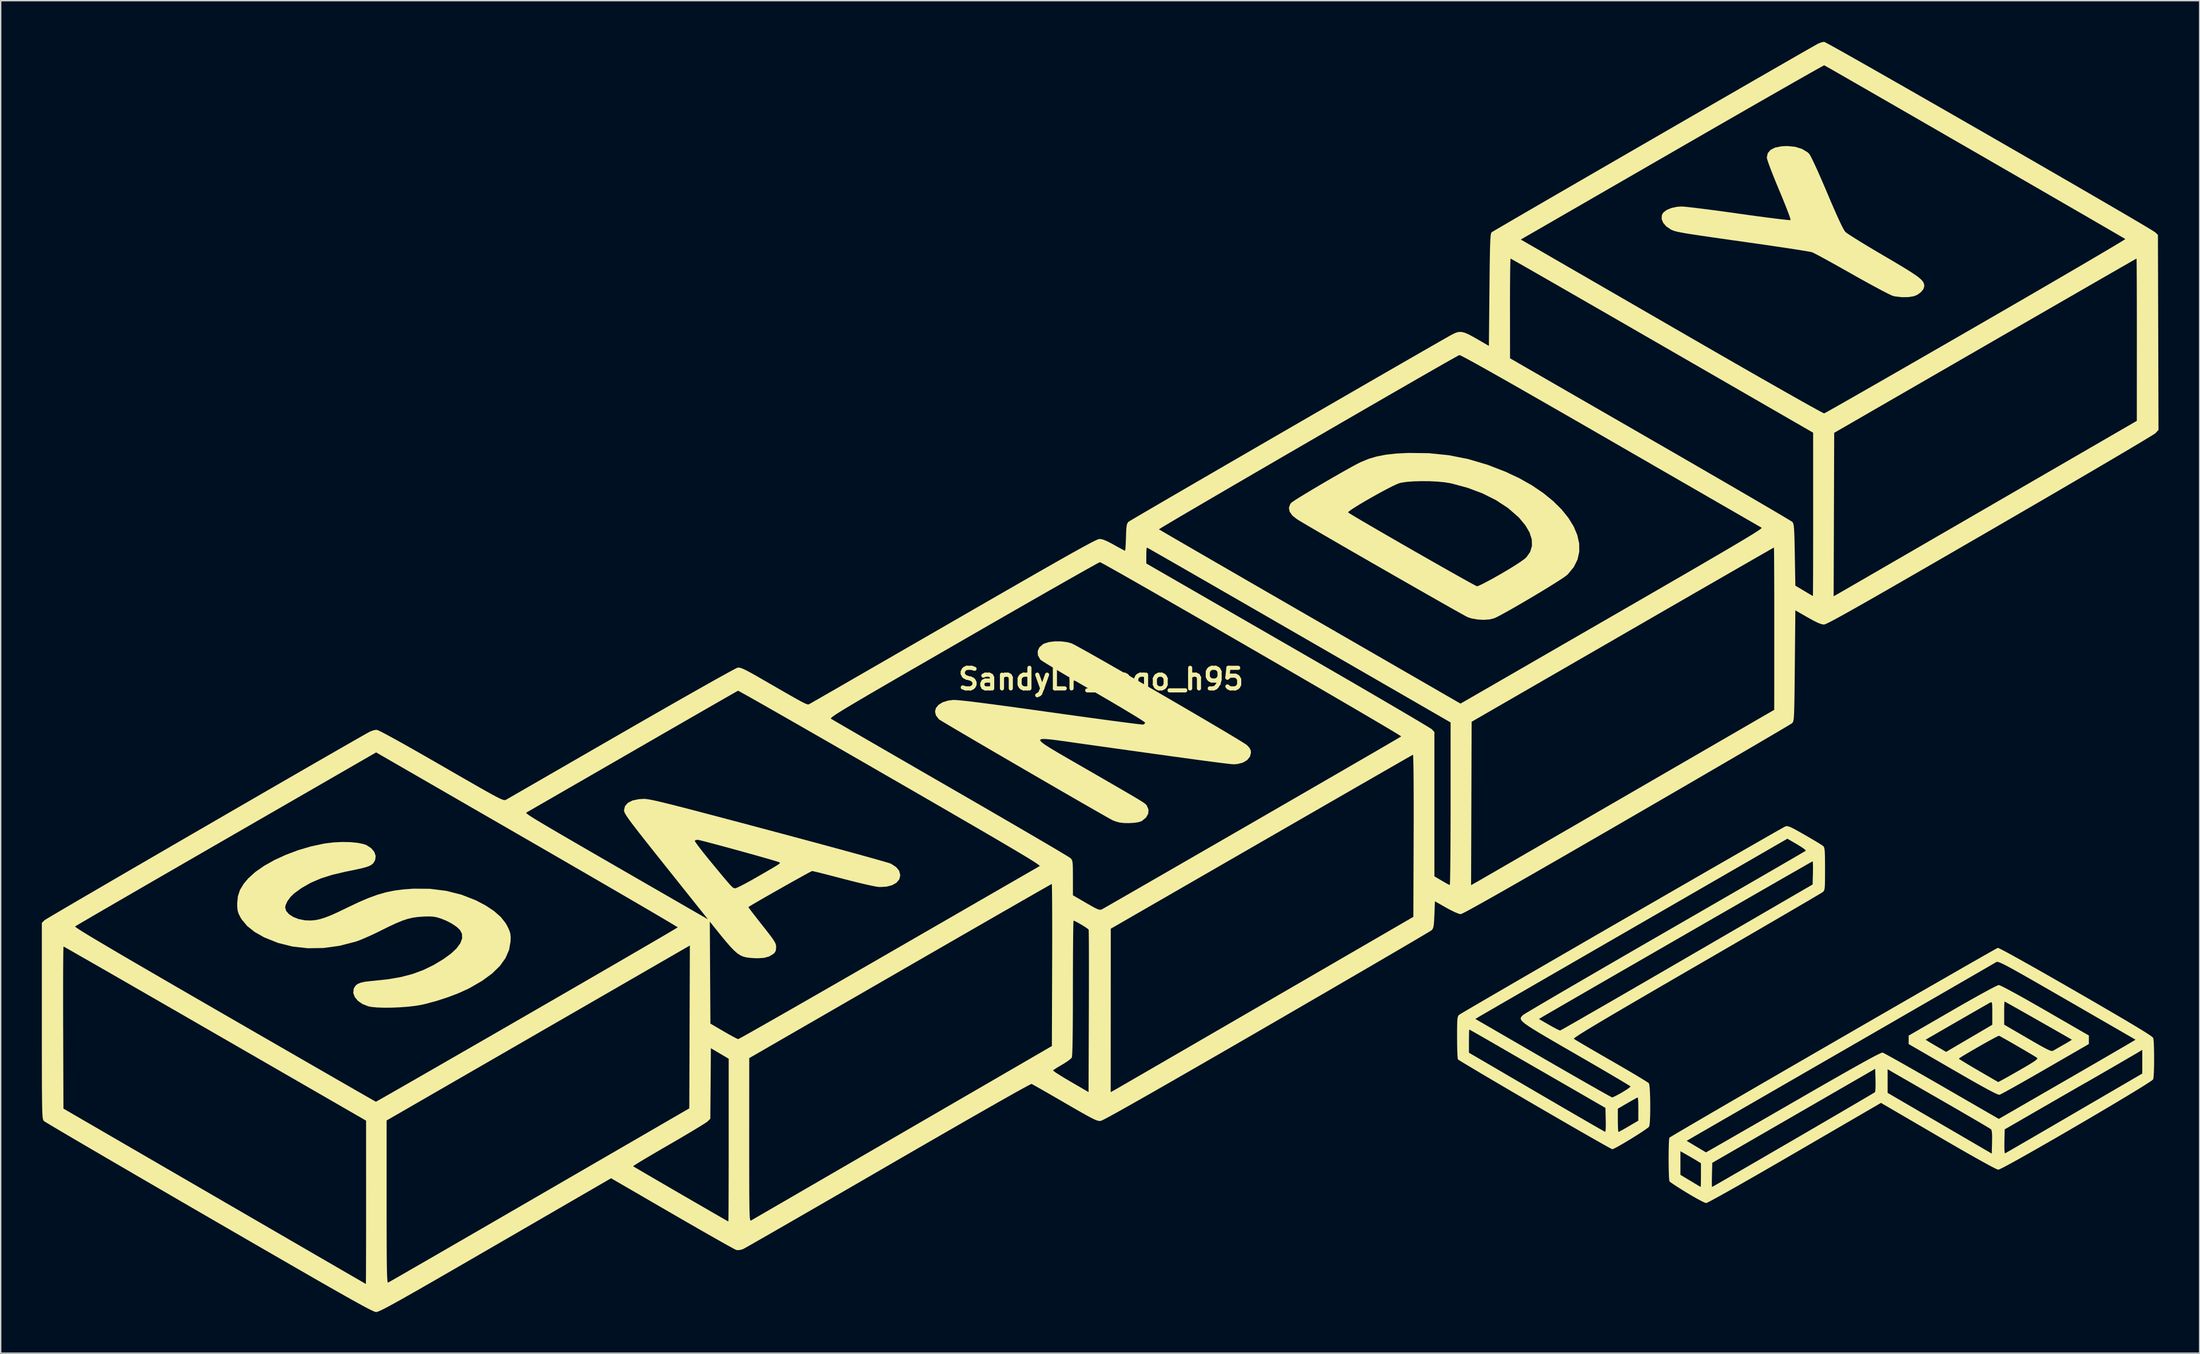
<source format=kicad_pcb>
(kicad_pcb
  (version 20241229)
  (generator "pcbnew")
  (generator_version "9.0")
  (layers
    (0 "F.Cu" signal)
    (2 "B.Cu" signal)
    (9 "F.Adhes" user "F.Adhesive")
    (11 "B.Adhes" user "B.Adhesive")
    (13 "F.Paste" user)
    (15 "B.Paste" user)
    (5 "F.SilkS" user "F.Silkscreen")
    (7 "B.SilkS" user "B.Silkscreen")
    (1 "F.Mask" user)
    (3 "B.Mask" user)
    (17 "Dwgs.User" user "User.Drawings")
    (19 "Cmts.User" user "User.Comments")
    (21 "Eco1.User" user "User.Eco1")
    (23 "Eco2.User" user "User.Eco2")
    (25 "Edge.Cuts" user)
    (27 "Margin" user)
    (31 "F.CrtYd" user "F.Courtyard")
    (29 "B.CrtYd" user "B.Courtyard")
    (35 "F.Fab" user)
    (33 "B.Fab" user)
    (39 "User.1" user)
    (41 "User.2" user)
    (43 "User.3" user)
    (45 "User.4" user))
  (footprint "SandyLP_logo_h95"
    (layer "F.Cu")
    (at 77.183 46.475)
    (property "Reference" "SandyLP_logo_h95" (at 0 0 0) (layer "F.SilkS") (effects (font (size 1.5 1.5) (thickness 0.3))))
    (attr board_only exclude_from_pos_files exclude_from_bom)
    (fp_poly (pts (xy 50.587 -38.819) (xy 51.09 -38.664) (xy 51.494 -38.419) (xy 51.61 -38.311) (xy 51.691 -38.184) (xy 51.824 -37.927) (xy 52.003 -37.553) (xy 52.22 -37.078) (xy 52.469 -36.516) (xy 52.743 -35.881) (xy 52.919 -35.466) (xy 53.266 -34.65) (xy 53.56 -33.977) (xy 53.803 -33.442) (xy 53.996 -33.039) (xy 54.143 -32.765) (xy 54.245 -32.615) (xy 54.255 -32.605) (xy 54.372 -32.515) (xy 54.609 -32.357) (xy 54.95 -32.14) (xy 55.377 -31.875) (xy 55.873 -31.573) (xy 56.424 -31.244) (xy 57.011 -30.897) (xy 57.063 -30.867) (xy 57.777 -30.447) (xy 58.367 -30.095) (xy 58.843 -29.803) (xy 59.218 -29.562) (xy 59.503 -29.362) (xy 59.711 -29.195) (xy 59.852 -29.052) (xy 59.94 -28.923) (xy 59.985 -28.8) (xy 60 -28.674) (xy 60.001 -28.646) (xy 59.931 -28.431) (xy 59.749 -28.212) (xy 59.494 -28.027) (xy 59.247 -27.924) (xy 58.839 -27.858) (xy 58.363 -27.851) (xy 57.896 -27.904) (xy 57.72 -27.944) (xy 57.573 -28.004) (xy 57.307 -28.133) (xy 56.939 -28.322) (xy 56.488 -28.563) (xy 55.97 -28.844) (xy 55.403 -29.158) (xy 54.804 -29.495) (xy 54.732 -29.536) (xy 54.134 -29.874) (xy 53.569 -30.191) (xy 53.054 -30.477) (xy 52.606 -30.722) (xy 52.242 -30.918) (xy 51.978 -31.056) (xy 51.832 -31.125) (xy 51.822 -31.129) (xy 51.695 -31.158) (xy 51.426 -31.206) (xy 51.032 -31.271) (xy 50.527 -31.35) (xy 49.926 -31.442) (xy 49.244 -31.544) (xy 48.497 -31.654) (xy 47.698 -31.769) (xy 47.104 -31.853) (xy 46.077 -31.998) (xy 45.194 -32.124) (xy 44.443 -32.232) (xy 43.812 -32.324) (xy 43.288 -32.402) (xy 42.861 -32.468) (xy 42.518 -32.525) (xy 42.247 -32.574) (xy 42.037 -32.618) (xy 41.875 -32.657) (xy 41.749 -32.695) (xy 41.647 -32.734) (xy 41.559 -32.774) (xy 41.521 -32.793) (xy 41.191 -33.017) (xy 40.966 -33.283) (xy 40.857 -33.566) (xy 40.876 -33.841) (xy 40.974 -34.016) (xy 41.213 -34.205) (xy 41.563 -34.353) (xy 41.978 -34.444) (xy 42.305 -34.466) (xy 42.487 -34.455) (xy 42.807 -34.423) (xy 43.247 -34.373) (xy 43.787 -34.306) (xy 44.411 -34.226) (xy 45.101 -34.135) (xy 45.837 -34.034) (xy 46.507 -33.94) (xy 47.251 -33.835) (xy 47.946 -33.74) (xy 48.579 -33.657) (xy 49.133 -33.587) (xy 49.594 -33.532) (xy 49.945 -33.494) (xy 50.17 -33.475) (xy 50.256 -33.477) (xy 50.242 -33.562) (xy 50.172 -33.774) (xy 50.055 -34.092) (xy 49.897 -34.5) (xy 49.705 -34.978) (xy 49.486 -35.508) (xy 49.421 -35.662) (xy 49.191 -36.214) (xy 48.984 -36.729) (xy 48.805 -37.188) (xy 48.664 -37.568) (xy 48.568 -37.85) (xy 48.524 -38.013) (xy 48.523 -38.03) (xy 48.588 -38.347) (xy 48.79 -38.592) (xy 49.126 -38.762) (xy 49.59 -38.856) (xy 50.014 -38.876)) (stroke (width 0) (type solid)) (fill yes) (layer "F.SilkS"))
    (fp_poly (pts (xy 23.89 -16.475) (xy 25.337 -16.328) (xy 26.756 -16.048) (xy 28.174 -15.628) (xy 29.477 -15.124) (xy 30.492 -14.647) (xy 31.414 -14.125) (xy 32.237 -13.567) (xy 32.956 -12.98) (xy 33.569 -12.373) (xy 34.069 -11.751) (xy 34.452 -11.124) (xy 34.714 -10.499) (xy 34.85 -9.884) (xy 34.856 -9.286) (xy 34.727 -8.712) (xy 34.458 -8.171) (xy 34.046 -7.671) (xy 33.952 -7.581) (xy 33.796 -7.462) (xy 33.523 -7.278) (xy 33.154 -7.041) (xy 32.709 -6.763) (xy 32.209 -6.457) (xy 31.673 -6.134) (xy 31.123 -5.807) (xy 30.578 -5.488) (xy 30.059 -5.189) (xy 29.586 -4.921) (xy 29.181 -4.698) (xy 28.862 -4.531) (xy 28.667 -4.439) (xy 28.325 -4.352) (xy 27.894 -4.322) (xy 27.432 -4.347) (xy 26.996 -4.425) (xy 26.737 -4.511) (xy 26.618 -4.571) (xy 26.376 -4.703) (xy 26.022 -4.9) (xy 25.568 -5.155) (xy 25.027 -5.461) (xy 24.411 -5.811) (xy 23.732 -6.197) (xy 23.002 -6.614) (xy 22.233 -7.054) (xy 21.437 -7.509) (xy 20.628 -7.974) (xy 19.816 -8.44) (xy 19.014 -8.902) (xy 18.234 -9.351) (xy 17.489 -9.782) (xy 16.79 -10.186) (xy 16.15 -10.558) (xy 15.581 -10.89) (xy 15.095 -11.174) (xy 14.704 -11.405) (xy 14.421 -11.575) (xy 14.289 -11.656) (xy 13.949 -11.925) (xy 13.785 -12.156) (xy 18.01 -12.156) (xy 18.102 -12.092) (xy 18.316 -11.96) (xy 18.638 -11.767) (xy 19.054 -11.521) (xy 19.551 -11.23) (xy 20.115 -10.901) (xy 20.733 -10.543) (xy 21.391 -10.163) (xy 22.074 -9.77) (xy 22.77 -9.37) (xy 23.465 -8.973) (xy 24.145 -8.585) (xy 24.797 -8.214) (xy 25.406 -7.869) (xy 25.96 -7.557) (xy 26.444 -7.286) (xy 26.845 -7.064) (xy 27.148 -6.899) (xy 27.342 -6.798) (xy 27.409 -6.769) (xy 27.522 -6.805) (xy 27.748 -6.911) (xy 28.066 -7.073) (xy 28.456 -7.283) (xy 28.895 -7.528) (xy 29.139 -7.667) (xy 29.671 -7.98) (xy 30.141 -8.27) (xy 30.532 -8.524) (xy 30.823 -8.73) (xy 30.995 -8.875) (xy 30.998 -8.877) (xy 31.277 -9.275) (xy 31.409 -9.714) (xy 31.394 -10.188) (xy 31.234 -10.69) (xy 30.93 -11.212) (xy 30.484 -11.749) (xy 30.401 -11.834) (xy 29.657 -12.479) (xy 28.784 -13.052) (xy 27.796 -13.546) (xy 26.707 -13.954) (xy 25.532 -14.27) (xy 25.479 -14.282) (xy 25.041 -14.353) (xy 24.515 -14.403) (xy 23.939 -14.431) (xy 23.351 -14.436) (xy 22.788 -14.42) (xy 22.288 -14.383) (xy 21.888 -14.323) (xy 21.743 -14.286) (xy 21.544 -14.208) (xy 21.254 -14.072) (xy 20.896 -13.891) (xy 20.49 -13.676) (xy 20.056 -13.438) (xy 19.616 -13.19) (xy 19.191 -12.944) (xy 18.801 -12.712) (xy 18.467 -12.505) (xy 18.21 -12.335) (xy 18.051 -12.215) (xy 18.01 -12.156) (xy 13.785 -12.156) (xy 13.75 -12.207) (xy 13.695 -12.488) (xy 13.79 -12.758) (xy 13.86 -12.849) (xy 13.967 -12.933) (xy 14.193 -13.083) (xy 14.517 -13.286) (xy 14.92 -13.533) (xy 15.383 -13.812) (xy 15.886 -14.111) (xy 16.411 -14.419) (xy 16.938 -14.724) (xy 17.447 -15.016) (xy 17.92 -15.283) (xy 18.336 -15.514) (xy 18.678 -15.697) (xy 18.919 -15.818) (xy 19.491 -16.056) (xy 20.094 -16.236) (xy 20.76 -16.365) (xy 21.519 -16.449) (xy 22.387 -16.493)) (stroke (width 0) (type solid)) (fill yes) (layer "F.SilkS"))
    (fp_poly (pts (xy -54.709 11.889) (xy -54.183 11.939) (xy -53.752 12.027) (xy -53.524 12.11) (xy -53.18 12.333) (xy -52.954 12.604) (xy -52.855 12.9) (xy -52.893 13.198) (xy -53.003 13.391) (xy -53.094 13.49) (xy -53.212 13.574) (xy -53.377 13.652) (xy -53.612 13.728) (xy -53.935 13.811) (xy -54.37 13.907) (xy -54.936 14.023) (xy -55.004 14.036) (xy -55.983 14.263) (xy -56.832 14.53) (xy -57.579 14.85) (xy -58.248 15.231) (xy -58.807 15.638) (xy -59.072 15.9) (xy -59.287 16.198) (xy -59.42 16.487) (xy -59.45 16.657) (xy -59.376 16.912) (xy -59.17 17.147) (xy -58.858 17.349) (xy -58.465 17.502) (xy -58.018 17.588) (xy -57.915 17.597) (xy -57.582 17.605) (xy -57.256 17.577) (xy -56.914 17.507) (xy -56.532 17.388) (xy -56.085 17.211) (xy -55.549 16.968) (xy -54.938 16.673) (xy -54.118 16.281) (xy -53.394 15.97) (xy -52.735 15.729) (xy -52.107 15.549) (xy -51.479 15.421) (xy -50.818 15.336) (xy -50.092 15.284) (xy -48.893 15.294) (xy -47.723 15.442) (xy -46.602 15.724) (xy -45.548 16.136) (xy -44.837 16.512) (xy -44.217 16.926) (xy -43.739 17.349) (xy -43.385 17.797) (xy -43.245 18.046) (xy -43.112 18.336) (xy -43.042 18.565) (xy -43.018 18.808) (xy -43.026 19.125) (xy -43.134 19.748) (xy -43.393 20.346) (xy -43.804 20.92) (xy -44.369 21.471) (xy -45.088 21.999) (xy -45.962 22.507) (xy -46.152 22.604) (xy -46.818 22.906) (xy -47.585 23.199) (xy -48.396 23.464) (xy -49.197 23.681) (xy -49.502 23.751) (xy -49.963 23.83) (xy -50.502 23.893) (xy -51.085 23.936) (xy -51.677 23.961) (xy -52.245 23.965) (xy -52.753 23.948) (xy -53.166 23.909) (xy -53.395 23.863) (xy -53.819 23.696) (xy -54.152 23.464) (xy -54.38 23.19) (xy -54.487 22.892) (xy -54.457 22.591) (xy -54.434 22.536) (xy -54.327 22.361) (xy -54.171 22.231) (xy -53.941 22.137) (xy -53.612 22.068) (xy -53.157 22.016) (xy -53.022 22.005) (xy -51.96 21.891) (xy -51.02 21.729) (xy -50.172 21.507) (xy -49.386 21.217) (xy -48.631 20.85) (xy -47.93 20.429) (xy -47.376 20.028) (xy -46.96 19.637) (xy -46.684 19.259) (xy -46.553 18.903) (xy -46.569 18.572) (xy -46.709 18.303) (xy -46.958 18.066) (xy -47.318 17.824) (xy -47.748 17.604) (xy -48.126 17.455) (xy -48.401 17.372) (xy -48.652 17.326) (xy -48.933 17.309) (xy -49.301 17.317) (xy -49.424 17.323) (xy -49.816 17.353) (xy -50.178 17.406) (xy -50.537 17.492) (xy -50.921 17.621) (xy -51.358 17.8) (xy -51.876 18.041) (xy -52.491 18.346) (xy -52.942 18.567) (xy -53.4 18.778) (xy -53.824 18.962) (xy -54.172 19.099) (xy -54.303 19.144) (xy -55.483 19.449) (xy -56.653 19.611) (xy -57.801 19.629) (xy -58.915 19.505) (xy -59.983 19.238) (xy -60.984 18.835) (xy -61.676 18.441) (xy -62.22 18.007) (xy -62.62 17.527) (xy -62.716 17.369) (xy -62.843 17.115) (xy -62.914 16.89) (xy -62.943 16.627) (xy -62.948 16.357) (xy -62.899 15.846) (xy -62.748 15.383) (xy -62.477 14.932) (xy -62.137 14.528) (xy -61.625 14.064) (xy -60.981 13.616) (xy -60.231 13.195) (xy -59.398 12.812) (xy -58.509 12.478) (xy -57.589 12.206) (xy -56.663 12.006) (xy -56.507 11.98) (xy -55.905 11.908) (xy -55.294 11.879)) (stroke (width 0) (type solid)) (fill yes) (layer "F.SilkS"))
    (fp_poly (pts (xy 65.538 22.351) (xy 65.773 22.463) (xy 66.12 22.644) (xy 66.568 22.886) (xy 67.105 23.183) (xy 67.719 23.529) (xy 68.399 23.917) (xy 68.808 24.152) (xy 71.993 25.994) (xy 71.993 26.304) (xy 71.993 26.613) (xy 68.824 28.444) (xy 68.175 28.817) (xy 67.563 29.167) (xy 67.003 29.485) (xy 66.509 29.763) (xy 66.095 29.993) (xy 65.776 30.167) (xy 65.565 30.277) (xy 65.482 30.314) (xy 65.395 30.3) (xy 65.225 30.231) (xy 64.965 30.104) (xy 64.606 29.916) (xy 64.142 29.661) (xy 63.565 29.337) (xy 62.869 28.938) (xy 62.085 28.486) (xy 60.698 27.682) (xy 62.519 27.682) (xy 62.583 27.732) (xy 62.764 27.847) (xy 63.042 28.017) (xy 63.396 28.229) (xy 63.807 28.471) (xy 63.952 28.556) (xy 65.387 29.389) (xy 65.741 29.198) (xy 65.932 29.093) (xy 66.227 28.927) (xy 66.591 28.72) (xy 66.992 28.49) (xy 67.212 28.364) (xy 67.647 28.108) (xy 67.955 27.916) (xy 68.147 27.779) (xy 68.236 27.687) (xy 68.234 27.634) (xy 68.141 27.571) (xy 67.938 27.446) (xy 67.651 27.274) (xy 67.306 27.07) (xy 66.929 26.85) (xy 66.546 26.627) (xy 66.182 26.418) (xy 65.864 26.238) (xy 65.618 26.101) (xy 65.47 26.023) (xy 65.442 26.011) (xy 65.359 26.042) (xy 65.165 26.14) (xy 64.886 26.29) (xy 64.547 26.477) (xy 64.17 26.689) (xy 63.782 26.911) (xy 63.407 27.128) (xy 63.068 27.328) (xy 62.791 27.496) (xy 62.6 27.617) (xy 62.52 27.679) (xy 62.519 27.682) (xy 60.698 27.682) (xy 58.86 26.617) (xy 58.86 26.309) (xy 58.86 26.297) (xy 60.102 26.297) (xy 60.159 26.339) (xy 60.325 26.444) (xy 60.575 26.594) (xy 60.838 26.749) (xy 61.59 27.187) (xy 63.272 26.198) (xy 64.955 25.21) (xy 64.955 24.359) (xy 64.955 24.358) (xy 65.821 24.358) (xy 65.822 25.203) (xy 67.531 26.198) (xy 68.064 26.507) (xy 68.479 26.743) (xy 68.793 26.914) (xy 69.021 27.029) (xy 69.182 27.095) (xy 69.291 27.12) (xy 69.365 27.112) (xy 69.398 27.097) (xy 69.537 27.015) (xy 69.77 26.881) (xy 70.056 26.718) (xy 70.163 26.657) (xy 70.43 26.504) (xy 70.633 26.382) (xy 70.742 26.311) (xy 70.753 26.299) (xy 70.676 26.253) (xy 70.483 26.141) (xy 70.191 25.973) (xy 69.82 25.761) (xy 69.389 25.514) (xy 68.915 25.244) (xy 68.419 24.962) (xy 67.918 24.677) (xy 67.431 24.401) (xy 66.978 24.144) (xy 66.576 23.917) (xy 66.245 23.731) (xy 66.004 23.596) (xy 65.871 23.523) (xy 65.85 23.513) (xy 65.838 23.586) (xy 65.828 23.784) (xy 65.822 24.076) (xy 65.821 24.358) (xy 64.955 24.358) (xy 64.953 23.985) (xy 64.946 23.745) (xy 64.928 23.612) (xy 64.893 23.562) (xy 64.838 23.571) (xy 64.801 23.589) (xy 64.701 23.645) (xy 64.489 23.767) (xy 64.183 23.942) (xy 63.802 24.161) (xy 63.366 24.411) (xy 62.894 24.683) (xy 62.404 24.965) (xy 61.917 25.246) (xy 61.45 25.515) (xy 61.024 25.762) (xy 60.657 25.974) (xy 60.368 26.141) (xy 60.177 26.252) (xy 60.102 26.297) (xy 60.102 26.297) (xy 58.86 26.297) (xy 58.86 26.001) (xy 62.045 24.157) (xy 62.731 23.762) (xy 63.368 23.4) (xy 63.942 23.078) (xy 64.442 22.804) (xy 64.854 22.583) (xy 65.165 22.423) (xy 65.362 22.332) (xy 65.427 22.312)) (stroke (width 0) (type solid)) (fill yes) (layer "F.SilkS"))
    (fp_poly (pts (xy -2.887 -2.75) (xy -2.442 -2.691) (xy -2.144 -2.605) (xy -1.999 -2.535) (xy -1.733 -2.393) (xy -1.357 -2.187) (xy -0.884 -1.923) (xy -0.326 -1.608) (xy 0.305 -1.249) (xy 0.998 -0.853) (xy 1.74 -0.427) (xy 2.52 0.022) (xy 3.325 0.487) (xy 4.143 0.961) (xy 4.963 1.437) (xy 5.772 1.908) (xy 6.558 2.367) (xy 7.31 2.808) (xy 8.015 3.223) (xy 8.662 3.606) (xy 9.238 3.948) (xy 9.732 4.244) (xy 10.131 4.487) (xy 10.423 4.669) (xy 10.597 4.783) (xy 10.636 4.813) (xy 10.828 5.02) (xy 10.915 5.205) (xy 10.931 5.359) (xy 10.858 5.658) (xy 10.654 5.908) (xy 10.341 6.092) (xy 9.943 6.195) (xy 9.682 6.212) (xy 9.566 6.206) (xy 9.36 6.186) (xy 9.058 6.151) (xy 8.657 6.102) (xy 8.15 6.036) (xy 7.532 5.955) (xy 6.799 5.856) (xy 5.945 5.739) (xy 4.965 5.604) (xy 3.854 5.45) (xy 2.608 5.276) (xy 1.22 5.082) (xy -0.315 4.866) (xy -1.714 4.669) (xy -2.477 4.56) (xy -3.117 4.471) (xy -3.632 4.406) (xy -4.021 4.371) (xy -4.284 4.369) (xy -4.419 4.407) (xy -4.426 4.489) (xy -4.304 4.62) (xy -4.052 4.805) (xy -3.669 5.049) (xy -3.154 5.357) (xy -2.506 5.734) (xy -1.724 6.185) (xy -1.402 6.37) (xy -0.498 6.892) (xy 0.28 7.342) (xy 0.941 7.724) (xy 1.496 8.046) (xy 1.953 8.313) (xy 2.324 8.53) (xy 2.618 8.705) (xy 2.844 8.843) (xy 3.012 8.949) (xy 3.133 9.03) (xy 3.217 9.091) (xy 3.272 9.14) (xy 3.309 9.18) (xy 3.338 9.219) (xy 3.34 9.221) (xy 3.464 9.518) (xy 3.443 9.818) (xy 3.284 10.099) (xy 2.997 10.335) (xy 2.925 10.375) (xy 2.715 10.439) (xy 2.401 10.483) (xy 2.038 10.503) (xy 1.68 10.498) (xy 1.379 10.464) (xy 1.36 10.46) (xy 1.105 10.392) (xy 0.887 10.313) (xy 0.849 10.295) (xy 0.657 10.19) (xy 0.351 10.019) (xy -0.058 9.786) (xy -0.559 9.5) (xy -1.139 9.167) (xy -1.787 8.794) (xy -2.491 8.388) (xy -3.239 7.955) (xy -4.02 7.502) (xy -4.821 7.037) (xy -5.632 6.566) (xy -6.44 6.095) (xy -7.234 5.633) (xy -8.001 5.185) (xy -8.731 4.758) (xy -9.411 4.36) (xy -10.029 3.996) (xy -10.575 3.675) (xy -11.036 3.402) (xy -11.4 3.184) (xy -11.656 3.029) (xy -11.791 2.944) (xy -11.809 2.931) (xy -12.024 2.654) (xy -12.094 2.376) (xy -12.03 2.114) (xy -11.843 1.882) (xy -11.544 1.694) (xy -11.144 1.568) (xy -10.773 1.521) (xy -10.607 1.524) (xy -10.325 1.546) (xy -9.922 1.587) (xy -9.395 1.648) (xy -8.738 1.73) (xy -7.946 1.833) (xy -7.017 1.957) (xy -5.944 2.104) (xy -4.724 2.273) (xy -3.657 2.423) (xy -2.654 2.564) (xy -1.693 2.697) (xy -0.788 2.821) (xy 0.051 2.936) (xy 0.812 3.038) (xy 1.484 3.127) (xy 2.054 3.201) (xy 2.511 3.258) (xy 2.844 3.297) (xy 3.04 3.317) (xy 3.09 3.318) (xy 3.198 3.237) (xy 3.208 3.167) (xy 3.138 3.107) (xy 2.943 2.977) (xy 2.636 2.783) (xy 2.231 2.535) (xy 1.738 2.238) (xy 1.172 1.901) (xy 0.543 1.531) (xy -0.135 1.136) (xy -0.55 0.896) (xy -1.256 0.487) (xy -1.922 0.098) (xy -2.538 -0.264) (xy -3.088 -0.591) (xy -3.562 -0.876) (xy -3.945 -1.11) (xy -4.225 -1.286) (xy -4.388 -1.396) (xy -4.424 -1.426) (xy -4.594 -1.73) (xy -4.614 -2.033) (xy -4.491 -2.311) (xy -4.23 -2.541) (xy -4.135 -2.592) (xy -3.79 -2.7) (xy -3.356 -2.753)) (stroke (width 0) (type solid)) (fill yes) (layer "F.SilkS"))
    (fp_poly (pts (xy 65.448 19.634) (xy 65.663 19.741) (xy 65.995 19.917) (xy 66.435 20.157) (xy 66.973 20.456) (xy 67.602 20.808) (xy 68.31 21.208) (xy 69.09 21.651) (xy 69.931 22.133) (xy 70.825 22.647) (xy 71.05 22.777) (xy 72.129 23.4) (xy 73.077 23.951) (xy 73.899 24.431) (xy 74.602 24.844) (xy 75.192 25.195) (xy 75.674 25.486) (xy 76.055 25.722) (xy 76.341 25.905) (xy 76.536 26.04) (xy 76.648 26.13) (xy 76.681 26.17) (xy 76.707 26.32) (xy 76.727 26.593) (xy 76.74 26.956) (xy 76.747 27.376) (xy 76.748 27.818) (xy 76.743 28.25) (xy 76.732 28.638) (xy 76.714 28.949) (xy 76.69 29.149) (xy 76.679 29.189) (xy 76.6 29.259) (xy 76.397 29.399) (xy 76.081 29.602) (xy 75.667 29.861) (xy 75.165 30.168) (xy 74.589 30.517) (xy 73.95 30.9) (xy 73.262 31.309) (xy 72.537 31.738) (xy 71.787 32.179) (xy 71.024 32.625) (xy 70.262 33.069) (xy 69.512 33.503) (xy 68.787 33.92) (xy 68.1 34.313) (xy 67.463 34.675) (xy 66.888 34.998) (xy 66.387 35.275) (xy 65.974 35.498) (xy 65.661 35.662) (xy 65.459 35.757) (xy 65.389 35.78) (xy 65.279 35.74) (xy 65.041 35.624) (xy 64.684 35.435) (xy 64.215 35.178) (xy 63.642 34.857) (xy 62.972 34.476) (xy 62.213 34.04) (xy 61.373 33.552) (xy 61.015 33.343) (xy 56.843 30.907) (xy 50.561 34.562) (xy 49.579 35.133) (xy 48.65 35.67) (xy 47.783 36.169) (xy 46.988 36.624) (xy 46.271 37.032) (xy 45.642 37.387) (xy 45.108 37.685) (xy 44.678 37.921) (xy 44.361 38.09) (xy 44.164 38.188) (xy 44.1 38.211) (xy 43.976 38.17) (xy 43.745 38.058) (xy 43.43 37.89) (xy 43.059 37.678) (xy 42.708 37.469) (xy 42.315 37.227) (xy 41.967 37.007) (xy 41.689 36.823) (xy 41.502 36.692) (xy 41.431 36.631) (xy 41.41 36.519) (xy 41.392 36.282) (xy 41.38 35.947) (xy 41.371 35.547) (xy 41.369 35.293) (xy 42.228 35.293) (xy 42.228 36.153) (xy 42.956 36.593) (xy 43.253 36.771) (xy 43.495 36.916) (xy 43.654 37.009) (xy 43.703 37.035) (xy 43.711 36.963) (xy 43.716 36.793) (xy 44.519 36.793) (xy 44.524 36.98) (xy 44.533 37.038) (xy 44.604 37) (xy 44.801 36.888) (xy 45.114 36.708) (xy 45.533 36.466) (xy 46.049 36.168) (xy 46.652 35.819) (xy 47.332 35.425) (xy 48.079 34.992) (xy 48.882 34.525) (xy 49.734 34.03) (xy 50.453 33.612) (xy 51.337 33.097) (xy 52.182 32.605) (xy 52.978 32.14) (xy 53.716 31.71) (xy 54.385 31.318) (xy 54.976 30.972) (xy 55.478 30.677) (xy 55.882 30.439) (xy 56.178 30.264) (xy 56.355 30.157) (xy 56.406 30.125) (xy 56.429 30.026) (xy 56.444 29.806) (xy 56.449 29.5) (xy 56.446 29.314) (xy 57.327 29.314) (xy 57.327 30.176) (xy 61.121 32.39) (xy 64.915 34.604) (xy 64.93 34.076) (xy 65.834 34.076) (xy 65.841 34.356) (xy 65.859 34.536) (xy 65.882 34.588) (xy 65.959 34.545) (xy 66.162 34.429) (xy 66.478 34.246) (xy 66.898 34.003) (xy 67.41 33.706) (xy 68.005 33.361) (xy 68.67 32.974) (xy 69.395 32.552) (xy 70.169 32.101) (xy 70.917 31.664) (xy 75.885 28.767) (xy 75.885 27.903) (xy 75.885 27.039) (xy 75.63 27.194) (xy 75.475 27.286) (xy 75.212 27.44) (xy 74.865 27.642) (xy 74.456 27.88) (xy 74.009 28.14) (xy 73.545 28.409) (xy 73.088 28.674) (xy 72.661 28.92) (xy 72.286 29.136) (xy 71.987 29.308) (xy 71.785 29.423) (xy 71.718 29.461) (xy 71.609 29.522) (xy 71.379 29.653) (xy 71.044 29.845) (xy 70.619 30.09) (xy 70.12 30.377) (xy 69.562 30.699) (xy 68.961 31.046) (xy 68.69 31.202) (xy 65.859 32.838) (xy 65.837 33.727) (xy 65.834 34.076) (xy 64.93 34.076) (xy 64.938 33.763) (xy 64.943 33.34) (xy 64.929 33.054) (xy 64.895 32.886) (xy 64.859 32.829) (xy 64.773 32.773) (xy 64.564 32.646) (xy 64.245 32.456) (xy 63.829 32.212) (xy 63.33 31.921) (xy 62.762 31.59) (xy 62.137 31.228) (xy 61.469 30.843) (xy 61.298 30.744) (xy 60.615 30.351) (xy 59.967 29.978) (xy 59.368 29.633) (xy 58.832 29.323) (xy 58.372 29.058) (xy 58.004 28.846) (xy 57.74 28.694) (xy 57.596 28.61) (xy 57.583 28.602) (xy 57.327 28.451) (xy 57.327 29.314) (xy 56.446 29.314) (xy 56.445 29.242) (xy 56.423 28.419) (xy 50.485 31.848) (xy 44.548 35.278) (xy 44.526 36.158) (xy 44.52 36.509) (xy 44.519 36.793) (xy 43.716 36.793) (xy 43.717 36.766) (xy 43.721 36.474) (xy 43.723 36.174) (xy 43.723 35.31) (xy 43.428 35.127) (xy 43.195 34.986) (xy 42.9 34.813) (xy 42.681 34.688) (xy 42.228 34.432) (xy 42.228 35.293) (xy 41.369 35.293) (xy 41.367 35.112) (xy 41.368 34.671) (xy 41.374 34.256) (xy 41.384 33.896) (xy 41.396 33.674) (xy 42.683 33.674) (xy 43.38 34.091) (xy 43.67 34.264) (xy 43.903 34.403) (xy 44.052 34.492) (xy 44.089 34.515) (xy 44.158 34.477) (xy 44.353 34.367) (xy 44.665 34.188) (xy 45.086 33.947) (xy 45.604 33.65) (xy 46.211 33.301) (xy 46.898 32.905) (xy 47.654 32.47) (xy 48.471 31.999) (xy 49.339 31.498) (xy 50.248 30.973) (xy 50.447 30.859) (xy 51.601 30.193) (xy 52.625 29.604) (xy 53.525 29.089) (xy 54.307 28.645) (xy 54.976 28.267) (xy 55.537 27.954) (xy 55.997 27.702) (xy 56.361 27.507) (xy 56.634 27.368) (xy 56.823 27.28) (xy 56.933 27.24) (xy 56.962 27.238) (xy 57.059 27.284) (xy 57.28 27.403) (xy 57.612 27.586) (xy 58.044 27.827) (xy 58.562 28.12) (xy 59.154 28.457) (xy 59.809 28.831) (xy 60.514 29.235) (xy 61.256 29.663) (xy 61.281 29.678) (xy 65.43 32.075) (xy 70.419 29.194) (xy 71.23 28.725) (xy 71.999 28.28) (xy 72.716 27.865) (xy 73.371 27.484) (xy 73.952 27.146) (xy 74.45 26.856) (xy 74.854 26.62) (xy 75.152 26.444) (xy 75.335 26.334) (xy 75.392 26.298) (xy 75.322 26.257) (xy 75.128 26.144) (xy 74.818 25.964) (xy 74.404 25.725) (xy 73.897 25.432) (xy 73.308 25.091) (xy 72.646 24.709) (xy 71.923 24.292) (xy 71.15 23.845) (xy 70.392 23.408) (xy 69.445 22.862) (xy 68.625 22.39) (xy 67.922 21.986) (xy 67.327 21.647) (xy 66.83 21.366) (xy 66.422 21.139) (xy 66.094 20.961) (xy 65.835 20.826) (xy 65.637 20.73) (xy 65.491 20.667) (xy 65.386 20.632) (xy 65.314 20.621) (xy 65.265 20.627) (xy 65.241 20.639) (xy 65.155 20.69) (xy 64.94 20.815) (xy 64.604 21.01) (xy 64.154 21.271) (xy 63.598 21.593) (xy 62.942 21.972) (xy 62.195 22.404) (xy 61.364 22.884) (xy 60.456 23.409) (xy 59.479 23.973) (xy 58.44 24.573) (xy 57.347 25.205) (xy 56.207 25.863) (xy 55.028 26.544) (xy 54.417 26.896) (xy 53.214 27.591) (xy 52.042 28.267) (xy 50.909 28.921) (xy 49.823 29.548) (xy 48.792 30.143) (xy 47.823 30.703) (xy 46.925 31.221) (xy 46.105 31.695) (xy 45.371 32.118) (xy 44.731 32.488) (xy 44.193 32.799) (xy 43.763 33.047) (xy 43.451 33.228) (xy 43.264 33.336) (xy 43.222 33.36) (xy 42.683 33.674) (xy 41.396 33.674) (xy 41.399 33.623) (xy 41.418 33.466) (xy 41.426 33.444) (xy 41.499 33.396) (xy 41.7 33.275) (xy 42.02 33.084) (xy 42.451 32.83) (xy 42.985 32.517) (xy 43.613 32.15) (xy 44.326 31.733) (xy 45.117 31.272) (xy 45.977 30.772) (xy 46.897 30.238) (xy 47.869 29.673) (xy 48.885 29.084) (xy 49.936 28.475) (xy 51.013 27.851) (xy 52.109 27.216) (xy 53.214 26.577) (xy 54.321 25.937) (xy 55.421 25.301) (xy 56.505 24.675) (xy 57.565 24.063) (xy 58.593 23.47) (xy 59.58 22.901) (xy 60.518 22.361) (xy 61.399 21.855) (xy 62.213 21.387) (xy 62.952 20.963) (xy 63.609 20.587) (xy 64.174 20.264) (xy 64.639 20) (xy 64.997 19.798) (xy 65.237 19.665) (xy 65.352 19.604) (xy 65.36 19.601)) (stroke (width 0) (type solid)) (fill yes) (layer "F.SilkS"))
    (fp_poly (pts (xy 50.06 10.732) (xy 50.202 10.777) (xy 50.403 10.87) (xy 50.686 11.021) (xy 51.073 11.239) (xy 51.284 11.359) (xy 51.685 11.592) (xy 52.046 11.805) (xy 52.342 11.984) (xy 52.546 12.114) (xy 52.628 12.172) (xy 52.676 12.228) (xy 52.711 12.316) (xy 52.736 12.458) (xy 52.752 12.676) (xy 52.761 12.991) (xy 52.765 13.425) (xy 52.766 13.847) (xy 52.765 14.378) (xy 52.762 14.774) (xy 52.754 15.057) (xy 52.738 15.251) (xy 52.713 15.376) (xy 52.675 15.455) (xy 52.622 15.512) (xy 52.581 15.545) (xy 52.491 15.601) (xy 52.274 15.732) (xy 51.936 15.931) (xy 51.487 16.196) (xy 50.934 16.52) (xy 50.286 16.899) (xy 49.551 17.328) (xy 48.736 17.803) (xy 47.851 18.319) (xy 46.902 18.871) (xy 45.899 19.454) (xy 44.849 20.064) (xy 43.76 20.695) (xy 43.381 20.915) (xy 42.031 21.698) (xy 40.812 22.406) (xy 39.72 23.043) (xy 38.747 23.61) (xy 37.89 24.112) (xy 37.142 24.552) (xy 36.499 24.933) (xy 35.955 25.258) (xy 35.504 25.53) (xy 35.142 25.753) (xy 34.863 25.929) (xy 34.661 26.063) (xy 34.532 26.156) (xy 34.469 26.213) (xy 34.463 26.234) (xy 34.552 26.292) (xy 34.761 26.42) (xy 35.076 26.607) (xy 35.481 26.845) (xy 35.961 27.124) (xy 36.5 27.437) (xy 37.083 27.773) (xy 37.196 27.837) (xy 37.786 28.178) (xy 38.334 28.498) (xy 38.827 28.788) (xy 39.247 29.039) (xy 39.58 29.243) (xy 39.81 29.388) (xy 39.922 29.467) (xy 39.928 29.474) (xy 39.962 29.593) (xy 39.989 29.839) (xy 40.009 30.181) (xy 40.023 30.586) (xy 40.029 31.025) (xy 40.028 31.466) (xy 40.02 31.878) (xy 40.004 32.231) (xy 39.98 32.493) (xy 39.948 32.634) (xy 39.948 32.635) (xy 39.859 32.719) (xy 39.66 32.863) (xy 39.377 33.053) (xy 39.037 33.272) (xy 38.666 33.503) (xy 38.291 33.731) (xy 37.938 33.94) (xy 37.632 34.112) (xy 37.402 34.233) (xy 37.272 34.285) (xy 37.262 34.286) (xy 37.18 34.247) (xy 36.971 34.135) (xy 36.648 33.955) (xy 36.22 33.713) (xy 35.697 33.415) (xy 35.09 33.068) (xy 34.409 32.676) (xy 33.665 32.246) (xy 32.868 31.784) (xy 32.027 31.296) (xy 31.613 31.055) (xy 30.756 30.554) (xy 29.938 30.076) (xy 29.17 29.625) (xy 28.461 29.207) (xy 27.822 28.83) (xy 27.262 28.497) (xy 26.794 28.217) (xy 26.425 27.995) (xy 26.167 27.836) (xy 26.031 27.748) (xy 26.011 27.732) (xy 25.993 27.628) (xy 25.977 27.393) (xy 25.964 27.052) (xy 25.955 26.632) (xy 25.954 26.403) (xy 26.816 26.403) (xy 26.817 27.248) (xy 31.751 30.131) (xy 32.558 30.602) (xy 33.325 31.049) (xy 34.042 31.467) (xy 34.698 31.848) (xy 35.282 32.186) (xy 35.784 32.476) (xy 36.192 32.71) (xy 36.496 32.884) (xy 36.684 32.989) (xy 36.746 33.021) (xy 36.769 32.951) (xy 36.784 32.754) (xy 36.789 32.463) (xy 36.785 32.151) (xy 36.765 31.33) (xy 37.667 31.33) (xy 37.667 32.179) (xy 37.671 32.523) (xy 37.682 32.8) (xy 37.697 32.978) (xy 37.713 33.028) (xy 37.795 32.99) (xy 37.982 32.889) (xy 38.243 32.741) (xy 38.458 32.615) (xy 39.158 32.202) (xy 39.16 31.357) (xy 39.157 31.014) (xy 39.147 30.737) (xy 39.131 30.56) (xy 39.117 30.511) (xy 39.034 30.549) (xy 38.847 30.649) (xy 38.585 30.796) (xy 38.369 30.921) (xy 37.667 31.33) (xy 36.765 31.33) (xy 36.763 31.274) (xy 35.544 30.569) (xy 35.118 30.322) (xy 34.593 30.019) (xy 34.008 29.681) (xy 33.4 29.33) (xy 32.806 28.988) (xy 32.517 28.821) (xy 31.913 28.473) (xy 31.22 28.074) (xy 30.486 27.65) (xy 29.758 27.229) (xy 29.084 26.839) (xy 28.788 26.668) (xy 28.292 26.381) (xy 27.841 26.122) (xy 27.453 25.9) (xy 27.146 25.725) (xy 26.938 25.608) (xy 26.845 25.558) (xy 26.842 25.557) (xy 26.831 25.631) (xy 26.823 25.829) (xy 26.818 26.121) (xy 26.816 26.403) (xy 25.954 26.403) (xy 25.952 26.159) (xy 25.952 26.127) (xy 25.952 25.599) (xy 25.957 25.206) (xy 25.967 24.925) (xy 25.98 24.786) (xy 27.283 24.786) (xy 32.22 27.644) (xy 33.028 28.111) (xy 33.799 28.555) (xy 34.519 28.969) (xy 35.179 29.347) (xy 35.767 29.682) (xy 36.273 29.969) (xy 36.685 30.201) (xy 36.993 30.372) (xy 37.185 30.476) (xy 37.25 30.506) (xy 37.355 30.471) (xy 37.56 30.372) (xy 37.828 30.227) (xy 37.978 30.141) (xy 38.251 29.973) (xy 38.461 29.831) (xy 38.578 29.733) (xy 38.592 29.707) (xy 38.522 29.657) (xy 38.327 29.536) (xy 38.021 29.351) (xy 37.614 29.109) (xy 37.12 28.817) (xy 36.549 28.483) (xy 35.915 28.113) (xy 35.23 27.715) (xy 34.639 27.374) (xy 33.769 26.872) (xy 33.026 26.441) (xy 32.402 26.076) (xy 31.887 25.769) (xy 31.472 25.514) (xy 31.148 25.305) (xy 30.908 25.135) (xy 30.74 24.997) (xy 30.638 24.885) (xy 30.591 24.791) (xy 30.591 24.79) (xy 31.917 24.79) (xy 32.649 25.212) (xy 32.956 25.385) (xy 33.215 25.522) (xy 33.395 25.608) (xy 33.46 25.63) (xy 33.537 25.59) (xy 33.741 25.476) (xy 34.065 25.292) (xy 34.502 25.043) (xy 35.042 24.733) (xy 35.679 24.366) (xy 36.405 23.948) (xy 37.211 23.483) (xy 38.089 22.975) (xy 39.032 22.429) (xy 40.032 21.85) (xy 41.08 21.242) (xy 42.169 20.61) (xy 42.7 20.301) (xy 51.862 14.978) (xy 51.884 14.134) (xy 51.889 13.791) (xy 51.886 13.515) (xy 51.874 13.338) (xy 51.86 13.29) (xy 51.79 13.328) (xy 51.592 13.44) (xy 51.277 13.62) (xy 50.854 13.862) (xy 50.331 14.162) (xy 49.718 14.513) (xy 49.025 14.911) (xy 48.261 15.35) (xy 47.435 15.826) (xy 46.556 16.332) (xy 45.633 16.863) (xy 44.676 17.413) (xy 43.695 17.979) (xy 42.697 18.553) (xy 41.693 19.132) (xy 40.693 19.709) (xy 39.704 20.279) (xy 38.737 20.837) (xy 37.8 21.377) (xy 36.904 21.894) (xy 36.057 22.383) (xy 35.268 22.839) (xy 34.547 23.256) (xy 33.903 23.628) (xy 33.346 23.951) (xy 32.884 24.219) (xy 32.527 24.427) (xy 32.284 24.569) (xy 32.177 24.632) (xy 31.917 24.79) (xy 30.591 24.79) (xy 30.59 24.711) (xy 30.628 24.635) (xy 30.694 24.56) (xy 30.751 24.504) (xy 30.84 24.444) (xy 31.058 24.31) (xy 31.398 24.107) (xy 31.85 23.838) (xy 32.408 23.509) (xy 33.064 23.124) (xy 33.811 22.688) (xy 34.64 22.204) (xy 35.544 21.678) (xy 36.516 21.113) (xy 37.548 20.515) (xy 38.631 19.887) (xy 39.759 19.235) (xy 40.924 18.562) (xy 41.128 18.445) (xy 42.295 17.771) (xy 43.426 17.118) (xy 44.512 16.491) (xy 45.545 15.894) (xy 46.52 15.331) (xy 47.427 14.806) (xy 48.259 14.324) (xy 49.009 13.89) (xy 49.67 13.507) (xy 50.233 13.18) (xy 50.692 12.913) (xy 51.038 12.711) (xy 51.265 12.578) (xy 51.364 12.518) (xy 51.368 12.515) (xy 51.329 12.456) (xy 51.178 12.338) (xy 50.941 12.182) (xy 50.724 12.05) (xy 50.022 11.64) (xy 38.91 18.056) (xy 37.687 18.762) (xy 36.498 19.449) (xy 35.35 20.112) (xy 34.253 20.746) (xy 33.211 21.347) (xy 32.234 21.912) (xy 31.329 22.436) (xy 30.502 22.914) (xy 29.761 23.342) (xy 29.114 23.716) (xy 28.567 24.033) (xy 28.129 24.287) (xy 27.807 24.474) (xy 27.607 24.59) (xy 27.541 24.629) (xy 27.283 24.786) (xy 25.98 24.786) (xy 25.985 24.735) (xy 26.012 24.612) (xy 26.051 24.535) (xy 26.099 24.485) (xy 26.183 24.432) (xy 26.395 24.305) (xy 26.727 24.109) (xy 27.169 23.849) (xy 27.713 23.531) (xy 28.351 23.159) (xy 29.074 22.739) (xy 29.874 22.274) (xy 30.742 21.77) (xy 31.669 21.232) (xy 32.647 20.665) (xy 33.668 20.074) (xy 34.723 19.463) (xy 35.803 18.838) (xy 36.9 18.203) (xy 38.006 17.564) (xy 39.111 16.926) (xy 40.208 16.293) (xy 41.287 15.669) (xy 42.341 15.062) (xy 43.36 14.474) (xy 44.336 13.911) (xy 45.262 13.379) (xy 46.127 12.881) (xy 46.924 12.423) (xy 47.644 12.01) (xy 48.278 11.646) (xy 48.819 11.338) (xy 49.257 11.088) (xy 49.584 10.904) (xy 49.791 10.788) (xy 49.868 10.748) (xy 49.956 10.725)) (stroke (width 0) (type solid)) (fill yes) (layer "F.SilkS"))
    (fp_poly (pts (xy 52.783 -46.436) (xy 52.996 -46.323) (xy 53.328 -46.141) (xy 53.77 -45.895) (xy 54.315 -45.589) (xy 54.953 -45.228) (xy 55.677 -44.818) (xy 56.478 -44.363) (xy 57.347 -43.867) (xy 58.277 -43.336) (xy 59.258 -42.775) (xy 60.282 -42.189) (xy 61.34 -41.582) (xy 62.425 -40.959) (xy 63.528 -40.325) (xy 64.641 -39.685) (xy 65.754 -39.044) (xy 66.859 -38.406) (xy 67.949 -37.777) (xy 69.014 -37.161) (xy 70.047 -36.564) (xy 71.038 -35.99) (xy 71.98 -35.443) (xy 72.863 -34.93) (xy 73.68 -34.454) (xy 74.422 -34.021) (xy 75.08 -33.635) (xy 75.646 -33.301) (xy 76.112 -33.025) (xy 76.469 -32.81) (xy 76.709 -32.663) (xy 76.823 -32.587) (xy 76.829 -32.582) (xy 77.026 -32.395) (xy 77.047 -25.283) (xy 77.067 -18.171) (xy 76.85 -17.937) (xy 76.76 -17.873) (xy 76.54 -17.735) (xy 76.199 -17.526) (xy 75.742 -17.252) (xy 75.178 -16.915) (xy 74.513 -16.52) (xy 73.754 -16.072) (xy 72.909 -15.574) (xy 71.984 -15.031) (xy 70.987 -14.447) (xy 69.925 -13.825) (xy 68.804 -13.171) (xy 67.632 -12.489) (xy 66.416 -11.782) (xy 65.163 -11.054) (xy 64.798 -10.842) (xy 63.252 -9.947) (xy 61.838 -9.128) (xy 60.548 -8.382) (xy 59.379 -7.707) (xy 58.324 -7.099) (xy 57.379 -6.555) (xy 56.539 -6.073) (xy 55.797 -5.65) (xy 55.149 -5.282) (xy 54.59 -4.967) (xy 54.114 -4.701) (xy 53.716 -4.482) (xy 53.391 -4.307) (xy 53.134 -4.172) (xy 52.938 -4.075) (xy 52.8 -4.013) (xy 52.714 -3.982) (xy 52.687 -3.978) (xy 52.506 -4.006) (xy 52.256 -4.1) (xy 51.916 -4.267) (xy 51.508 -4.494) (xy 50.603 -5.014) (xy 50.564 -0.976) (xy 50.555 -0.075) (xy 50.547 0.682) (xy 50.539 1.307) (xy 50.53 1.815) (xy 50.52 2.218) (xy 50.509 2.53) (xy 50.495 2.763) (xy 50.478 2.931) (xy 50.457 3.047) (xy 50.432 3.124) (xy 50.403 3.175) (xy 50.367 3.213) (xy 50.284 3.268) (xy 50.071 3.398) (xy 49.736 3.598) (xy 49.286 3.865) (xy 48.727 4.193) (xy 48.068 4.581) (xy 47.315 5.022) (xy 46.474 5.513) (xy 45.554 6.05) (xy 44.561 6.629) (xy 43.502 7.246) (xy 42.384 7.897) (xy 41.213 8.577) (xy 39.998 9.282) (xy 38.746 10.009) (xy 38.323 10.254) (xy 36.632 11.233) (xy 35.075 12.133) (xy 33.651 12.956) (xy 32.356 13.701) (xy 31.191 14.371) (xy 30.152 14.966) (xy 29.239 15.487) (xy 28.449 15.935) (xy 27.781 16.31) (xy 27.233 16.615) (xy 26.804 16.85) (xy 26.492 17.015) (xy 26.294 17.113) (xy 26.211 17.143) (xy 26.047 17.103) (xy 25.782 16.994) (xy 25.448 16.83) (xy 25.163 16.674) (xy 24.338 16.205) (xy 24.299 17.183) (xy 24.279 17.603) (xy 24.256 17.895) (xy 24.224 18.088) (xy 24.178 18.213) (xy 24.114 18.299) (xy 24.102 18.31) (xy 24.019 18.365) (xy 23.806 18.494) (xy 23.471 18.694) (xy 23.021 18.96) (xy 22.463 19.289) (xy 21.804 19.676) (xy 21.051 20.117) (xy 20.211 20.608) (xy 19.291 21.145) (xy 18.298 21.723) (xy 17.24 22.339) (xy 16.123 22.989) (xy 14.954 23.668) (xy 13.741 24.373) (xy 12.49 25.099) (xy 12.11 25.319) (xy 10.367 26.329) (xy 8.758 27.259) (xy 7.285 28.109) (xy 5.947 28.879) (xy 4.745 29.569) (xy 3.678 30.18) (xy 2.746 30.71) (xy 1.949 31.161) (xy 1.287 31.532) (xy 0.76 31.823) (xy 0.369 32.035) (xy 0.112 32.167) (xy -0.01 32.219) (xy -0.014 32.22) (xy -0.102 32.225) (xy -0.203 32.212) (xy -0.332 32.172) (xy -0.505 32.099) (xy -0.736 31.984) (xy -1.04 31.82) (xy -1.433 31.6) (xy -1.929 31.316) (xy -2.544 30.96) (xy -2.623 30.914) (xy -3.175 30.594) (xy -3.687 30.299) (xy -3.994 30.122) (xy 0.708 30.122) (xy 0.924 30.005) (xy 1.015 29.953) (xy 1.235 29.827) (xy 1.576 29.63) (xy 2.031 29.367) (xy 2.592 29.042) (xy 3.252 28.66) (xy 4.003 28.224) (xy 4.839 27.74) (xy 5.752 27.211) (xy 6.733 26.642) (xy 7.777 26.036) (xy 8.875 25.4) (xy 10.02 24.735) (xy 11.204 24.048) (xy 11.953 23.614) (xy 22.766 17.339) (xy 22.773 15.029) (xy 26.972 15.029) (xy 27.431 14.769) (xy 27.55 14.701) (xy 27.798 14.558) (xy 28.166 14.345) (xy 28.647 14.067) (xy 29.234 13.728) (xy 29.917 13.332) (xy 30.691 12.884) (xy 31.546 12.389) (xy 32.476 11.851) (xy 33.472 11.274) (xy 34.527 10.663) (xy 35.633 10.023) (xy 36.782 9.357) (xy 37.967 8.671) (xy 38.477 8.375) (xy 49.065 2.241) (xy 49.067 -3.676) (xy 49.067 -4.626) (xy 49.067 -5.528) (xy 49.066 -6.04) (xy 53.394 -6.04) (xy 53.858 -6.303) (xy 53.977 -6.372) (xy 54.226 -6.515) (xy 54.594 -6.728) (xy 55.076 -7.007) (xy 55.663 -7.346) (xy 56.347 -7.742) (xy 57.12 -8.19) (xy 57.976 -8.686) (xy 58.906 -9.224) (xy 59.902 -9.801) (xy 60.957 -10.413) (xy 62.063 -11.053) (xy 63.212 -11.719) (xy 64.397 -12.406) (xy 64.905 -12.7) (xy 75.488 -18.834) (xy 75.49 -24.751) (xy 75.49 -25.7) (xy 75.489 -26.603) (xy 75.488 -27.446) (xy 75.486 -28.217) (xy 75.484 -28.905) (xy 75.481 -29.498) (xy 75.478 -29.982) (xy 75.474 -30.347) (xy 75.47 -30.58) (xy 75.466 -30.668) (xy 75.465 -30.669) (xy 75.395 -30.63) (xy 75.196 -30.517) (xy 74.876 -30.333) (xy 74.441 -30.083) (xy 73.898 -29.771) (xy 73.255 -29.402) (xy 72.519 -28.978) (xy 71.697 -28.504) (xy 70.797 -27.985) (xy 69.825 -27.425) (xy 68.79 -26.827) (xy 67.697 -26.197) (xy 66.554 -25.537) (xy 65.368 -24.853) (xy 64.436 -24.314) (xy 53.434 -17.96) (xy 53.414 -12) (xy 53.394 -6.04) (xy 49.066 -6.04) (xy 49.065 -6.371) (xy 49.063 -7.142) (xy 49.06 -7.83) (xy 49.057 -8.423) (xy 49.054 -8.907) (xy 49.05 -9.272) (xy 49.045 -9.505) (xy 49.04 -9.593) (xy 49.04 -9.594) (xy 48.97 -9.555) (xy 48.77 -9.442) (xy 48.45 -9.258) (xy 48.014 -9.008) (xy 47.471 -8.696) (xy 46.828 -8.326) (xy 46.092 -7.903) (xy 45.27 -7.429) (xy 44.369 -6.91) (xy 43.398 -6.35) (xy 42.361 -5.752) (xy 41.268 -5.122) (xy 40.126 -4.462) (xy 38.94 -3.777) (xy 38.011 -3.241) (xy 27.012 3.112) (xy 26.992 9.071) (xy 26.972 15.029) (xy 22.773 15.029) (xy 22.786 11.415) (xy 22.789 10.307) (xy 22.789 9.295) (xy 22.788 8.387) (xy 22.784 7.591) (xy 22.779 6.913) (xy 22.771 6.36) (xy 22.762 5.94) (xy 22.751 5.66) (xy 22.739 5.528) (xy 22.733 5.518) (xy 22.658 5.559) (xy 22.454 5.675) (xy 22.128 5.861) (xy 21.688 6.114) (xy 21.141 6.428) (xy 20.493 6.8) (xy 19.753 7.226) (xy 18.927 7.701) (xy 18.024 8.222) (xy 17.049 8.783) (xy 16.01 9.382) (xy 14.915 10.013) (xy 13.771 10.673) (xy 12.584 11.357) (xy 11.687 11.874) (xy 0.714 18.205) (xy 0.711 24.163) (xy 0.708 30.122) (xy -3.994 30.122) (xy -4.142 30.037) (xy -4.524 29.82) (xy -4.815 29.655) (xy -5 29.553) (xy -5.058 29.523) (xy -5.139 29.557) (xy -5.35 29.666) (xy -5.685 29.848) (xy -6.137 30.098) (xy -6.7 30.414) (xy -7.369 30.792) (xy -8.136 31.228) (xy -8.997 31.72) (xy -9.944 32.262) (xy -10.972 32.853) (xy -12.074 33.488) (xy -13.245 34.164) (xy -14.478 34.877) (xy -15.503 35.471) (xy -16.681 36.155) (xy -17.826 36.818) (xy -18.928 37.456) (xy -19.981 38.065) (xy -20.976 38.64) (xy -21.905 39.176) (xy -22.763 39.671) (xy -23.54 40.118) (xy -24.228 40.514) (xy -24.822 40.854) (xy -25.312 41.134) (xy -25.691 41.35) (xy -25.951 41.496) (xy -26.085 41.57) (xy -26.099 41.576) (xy -26.335 41.64) (xy -26.548 41.643) (xy -26.562 41.64) (xy -26.663 41.593) (xy -26.887 41.473) (xy -27.224 41.288) (xy -27.66 41.043) (xy -28.185 40.746) (xy -28.787 40.404) (xy -29.453 40.022) (xy -30.172 39.609) (xy -30.932 39.169) (xy -31.23 38.997) (xy -35.701 36.403) (xy -44.114 41.282) (xy -45.385 42.018) (xy -46.528 42.68) (xy -47.548 43.269) (xy -48.453 43.791) (xy -49.25 44.249) (xy -49.945 44.647) (xy -50.546 44.988) (xy -51.059 45.277) (xy -51.491 45.517) (xy -51.849 45.712) (xy -52.14 45.867) (xy -52.371 45.984) (xy -52.548 46.068) (xy -52.679 46.123) (xy -52.77 46.152) (xy -52.823 46.16) (xy -52.878 46.15) (xy -52.966 46.119) (xy -53.094 46.063) (xy -53.267 45.98) (xy -53.49 45.865) (xy -53.77 45.716) (xy -54.113 45.529) (xy -54.523 45.302) (xy -55.007 45.03) (xy -55.57 44.711) (xy -56.219 44.342) (xy -56.958 43.919) (xy -57.794 43.439) (xy -58.731 42.899) (xy -59.777 42.295) (xy -60.936 41.625) (xy -62.215 40.885) (xy -63.619 40.072) (xy -64.994 39.275) (xy -66.257 38.542) (xy -67.485 37.829) (xy -68.67 37.14) (xy -69.805 36.48) (xy -70.884 35.851) (xy -71.899 35.259) (xy -72.844 34.708) (xy -73.71 34.201) (xy -74.493 33.742) (xy -75.183 33.337) (xy -75.775 32.988) (xy -76.26 32.7) (xy -76.633 32.478) (xy -76.887 32.324) (xy -77.013 32.244) (xy -77.026 32.235) (xy -77.053 32.206) (xy -77.076 32.168) (xy -77.097 32.111) (xy -77.115 32.027) (xy -77.13 31.905) (xy -77.142 31.735) (xy -77.153 31.507) (xy -77.161 31.213) (xy -77.168 30.842) (xy -77.173 30.384) (xy -77.177 29.83) (xy -77.18 29.171) (xy -77.181 28.395) (xy -77.182 27.494) (xy -77.183 26.458) (xy -77.183 25.277) (xy -77.183 24.928) (xy -77.183 23.499) (xy -75.634 23.499) (xy -75.633 24.396) (xy -75.631 25.342) (xy -75.63 25.413) (xy -75.61 31.324) (xy -64.601 37.715) (xy -63.388 38.419) (xy -62.212 39.101) (xy -61.081 39.758) (xy -60.001 40.384) (xy -58.98 40.977) (xy -58.025 41.531) (xy -57.143 42.043) (xy -56.341 42.508) (xy -55.626 42.922) (xy -55.006 43.282) (xy -54.488 43.582) (xy -54.078 43.819) (xy -53.785 43.989) (xy -53.615 44.087) (xy -53.572 44.111) (xy -53.569 44.035) (xy -53.566 43.814) (xy -53.563 43.46) (xy -53.561 42.985) (xy -53.559 42.401) (xy -53.557 41.72) (xy -53.555 40.954) (xy -53.554 40.116) (xy -53.554 39.217) (xy -53.554 38.269) (xy -53.554 38.159) (xy -53.555 32.202) (xy -53.577 32.189) (xy -52.058 32.189) (xy -52.058 38.122) (xy -52.058 39.253) (xy -52.057 40.236) (xy -52.054 41.082) (xy -52.051 41.798) (xy -52.046 42.394) (xy -52.039 42.881) (xy -52.031 43.266) (xy -52.021 43.561) (xy -52.008 43.773) (xy -51.994 43.914) (xy -51.977 43.991) (xy -51.957 44.015) (xy -51.953 44.014) (xy -51.875 43.97) (xy -51.667 43.852) (xy -51.339 43.664) (xy -50.896 43.409) (xy -50.346 43.092) (xy -49.696 42.717) (xy -48.954 42.289) (xy -48.127 41.811) (xy -47.222 41.287) (xy -46.247 40.723) (xy -45.208 40.122) (xy -44.114 39.488) (xy -42.971 38.825) (xy -41.786 38.139) (xy -40.924 37.639) (xy -37.281 35.527) (xy -34.094 35.527) (xy -34.021 35.572) (xy -33.828 35.687) (xy -33.531 35.862) (xy -33.144 36.088) (xy -32.685 36.356) (xy -32.169 36.657) (xy -31.61 36.982) (xy -31.025 37.322) (xy -30.43 37.667) (xy -29.84 38.009) (xy -29.271 38.339) (xy -28.737 38.647) (xy -28.256 38.925) (xy -27.843 39.163) (xy -27.512 39.353) (xy -27.281 39.485) (xy -27.164 39.55) (xy -27.153 39.555) (xy -27.149 39.478) (xy -27.146 39.256) (xy -27.142 38.902) (xy -27.139 38.426) (xy -27.137 37.841) (xy -27.135 37.16) (xy -27.133 36.394) (xy -27.131 35.556) (xy -27.13 34.711) (xy -25.635 34.711) (xy -25.634 35.674) (xy -25.633 36.5) (xy -25.631 37.2) (xy -25.628 37.783) (xy -25.623 38.26) (xy -25.617 38.642) (xy -25.609 38.937) (xy -25.598 39.158) (xy -25.586 39.313) (xy -25.57 39.413) (xy -25.552 39.468) (xy -25.531 39.489) (xy -25.506 39.486) (xy -25.498 39.482) (xy -25.416 39.434) (xy -25.205 39.312) (xy -24.873 39.119) (xy -24.426 38.86) (xy -23.873 38.539) (xy -23.22 38.161) (xy -22.476 37.729) (xy -21.646 37.247) (xy -20.739 36.721) (xy -19.762 36.154) (xy -18.722 35.55) (xy -17.626 34.915) (xy -16.482 34.251) (xy -15.298 33.563) (xy -14.469 33.082) (xy -6.637 28.537) (xy -3.494 28.537) (xy -3.44 28.592) (xy -3.27 28.712) (xy -3.003 28.883) (xy -2.66 29.094) (xy -2.261 29.33) (xy -2.217 29.356) (xy -0.904 30.118) (xy -0.884 24.24) (xy -0.881 23.291) (xy -0.879 22.388) (xy -0.878 21.542) (xy -0.878 20.766) (xy -0.879 20.072) (xy -0.881 19.473) (xy -0.884 18.982) (xy -0.888 18.61) (xy -0.892 18.37) (xy -0.897 18.274) (xy -0.897 18.274) (xy -0.974 18.203) (xy -1.148 18.083) (xy -1.377 17.94) (xy -1.619 17.798) (xy -1.832 17.683) (xy -1.973 17.62) (xy -1.998 17.615) (xy -2.006 17.691) (xy -2.014 17.912) (xy -2.021 18.263) (xy -2.028 18.731) (xy -2.033 19.304) (xy -2.038 19.967) (xy -2.041 20.707) (xy -2.044 21.512) (xy -2.045 22.367) (xy -2.045 22.535) (xy -2.046 23.684) (xy -2.05 24.691) (xy -2.056 25.552) (xy -2.066 26.266) (xy -2.077 26.831) (xy -2.091 27.244) (xy -2.108 27.504) (xy -2.126 27.606) (xy -2.228 27.712) (xy -2.432 27.865) (xy -2.701 28.041) (xy -2.833 28.119) (xy -3.112 28.283) (xy -3.335 28.422) (xy -3.47 28.515) (xy -3.494 28.537) (xy -6.637 28.537) (xy -3.578 26.761) (xy -3.558 20.851) (xy -3.555 19.903) (xy -3.554 19.001) (xy -3.554 18.159) (xy -3.555 17.388) (xy -3.558 16.701) (xy -3.561 16.109) (xy -3.566 15.625) (xy -3.571 15.261) (xy -3.578 15.029) (xy -3.585 14.942) (xy -3.586 14.941) (xy -3.658 14.98) (xy -3.859 15.093) (xy -4.182 15.277) (xy -4.62 15.526) (xy -5.165 15.838) (xy -5.809 16.208) (xy -6.547 16.632) (xy -7.371 17.105) (xy -8.273 17.624) (xy -9.246 18.185) (xy -10.283 18.782) (xy -11.377 19.413) (xy -12.521 20.072) (xy -13.707 20.756) (xy -14.634 21.291) (xy -25.633 27.641) (xy -25.635 33.601) (xy -25.635 34.711) (xy -27.13 34.711) (xy -27.13 34.658) (xy -27.13 33.711) (xy -27.13 33.621) (xy -27.13 27.686) (xy -27.779 27.303) (xy -28.428 26.921) (xy -28.448 29.493) (xy -28.469 32.065) (xy -28.658 32.251) (xy -28.767 32.332) (xy -28.997 32.48) (xy -29.33 32.687) (xy -29.753 32.943) (xy -30.247 33.237) (xy -30.797 33.561) (xy -31.387 33.904) (xy -31.49 33.963) (xy -32.073 34.302) (xy -32.61 34.616) (xy -33.086 34.897) (xy -33.487 35.137) (xy -33.798 35.327) (xy -34.004 35.458) (xy -34.092 35.522) (xy -34.094 35.527) (xy -37.281 35.527) (xy -30 31.305) (xy -29.98 25.367) (xy -29.96 19.429) (xy -31.356 20.235) (xy -31.592 20.372) (xy -31.955 20.581) (xy -32.436 20.859) (xy -33.025 21.199) (xy -33.714 21.597) (xy -34.492 22.046) (xy -35.352 22.543) (xy -36.284 23.081) (xy -37.278 23.655) (xy -38.325 24.26) (xy -39.417 24.89) (xy -40.543 25.54) (xy -41.695 26.206) (xy -42.405 26.616) (xy -52.058 32.189) (xy -53.577 32.189) (xy -64.556 25.852) (xy -65.77 25.152) (xy -66.946 24.473) (xy -68.079 23.82) (xy -69.16 23.197) (xy -70.183 22.608) (xy -71.14 22.057) (xy -72.023 21.549) (xy -72.827 21.087) (xy -73.543 20.676) (xy -74.165 20.32) (xy -74.685 20.022) (xy -75.095 19.788) (xy -75.39 19.62) (xy -75.561 19.525) (xy -75.604 19.502) (xy -75.611 19.579) (xy -75.617 19.801) (xy -75.623 20.155) (xy -75.627 20.631) (xy -75.631 21.215) (xy -75.633 21.896) (xy -75.634 22.661) (xy -75.634 23.499) (xy -77.183 23.499) (xy -77.183 18.039) (xy -74.759 18.039) (xy -74.736 18.071) (xy -74.638 18.146) (xy -74.459 18.265) (xy -74.197 18.432) (xy -73.847 18.647) (xy -73.404 18.915) (xy -72.864 19.236) (xy -72.224 19.615) (xy -71.478 20.054) (xy -70.624 20.554) (xy -69.655 21.118) (xy -68.569 21.75) (xy -67.361 22.451) (xy -66.026 23.224) (xy -64.561 24.071) (xy -63.868 24.472) (xy -62.655 25.172) (xy -61.48 25.851) (xy -60.348 26.504) (xy -59.268 27.127) (xy -58.247 27.716) (xy -57.292 28.267) (xy -56.409 28.775) (xy -55.607 29.237) (xy -54.892 29.648) (xy -54.272 30.005) (xy -53.753 30.302) (xy -53.344 30.537) (xy -53.051 30.704) (xy -52.882 30.799) (xy -52.84 30.822) (xy -52.769 30.783) (xy -52.568 30.671) (xy -52.245 30.488) (xy -51.809 30.238) (xy -51.264 29.927) (xy -50.62 29.557) (xy -49.883 29.134) (xy -49.06 28.661) (xy -48.159 28.142) (xy -47.187 27.583) (xy -46.151 26.986) (xy -45.057 26.356) (xy -43.915 25.697) (xy -42.73 25.013) (xy -41.831 24.494) (xy -40.62 23.794) (xy -39.445 23.115) (xy -38.316 22.461) (xy -37.238 21.837) (xy -36.219 21.246) (xy -35.265 20.693) (xy -34.386 20.182) (xy -33.586 19.717) (xy -32.875 19.302) (xy -32.258 18.942) (xy -31.743 18.641) (xy -31.338 18.402) (xy -31.049 18.231) (xy -30.884 18.13) (xy -30.846 18.104) (xy -30.911 18.06) (xy -31.105 17.94) (xy -31.421 17.751) (xy -31.851 17.495) (xy -32.39 17.178) (xy -33.028 16.804) (xy -33.76 16.375) (xy -34.579 15.898) (xy -35.476 15.376) (xy -36.445 14.812) (xy -37.478 14.212) (xy -38.569 13.58) (xy -39.711 12.919) (xy -40.895 12.234) (xy -41.825 11.697) (xy -45.187 9.755) (xy -41.881 9.755) (xy -41.867 9.781) (xy -41.829 9.819) (xy -41.761 9.873) (xy -41.656 9.946) (xy -41.51 10.042) (xy -41.316 10.164) (xy -41.067 10.316) (xy -40.759 10.501) (xy -40.385 10.723) (xy -39.938 10.986) (xy -39.414 11.293) (xy -38.806 11.647) (xy -38.109 12.052) (xy -37.315 12.512) (xy -36.419 13.03) (xy -35.416 13.61) (xy -34.299 14.255) (xy -33.062 14.969) (xy -31.7 15.755) (xy -30.579 16.402) (xy -28.641 17.519) (xy -31.699 13.683) (xy -32.328 12.893) (xy -32.865 12.217) (xy -33.204 11.788) (xy -29.602 11.788) (xy -29.566 11.865) (xy -29.442 12.046) (xy -29.243 12.312) (xy -28.982 12.647) (xy -28.673 13.033) (xy -28.421 13.341) (xy -27.982 13.872) (xy -27.631 14.295) (xy -27.358 14.621) (xy -27.15 14.864) (xy -26.997 15.035) (xy -26.887 15.148) (xy -26.807 15.213) (xy -26.748 15.245) (xy -26.697 15.255) (xy -26.652 15.256) (xy -26.535 15.218) (xy -26.307 15.112) (xy -25.992 14.95) (xy -25.614 14.746) (xy -25.197 14.51) (xy -25.178 14.499) (xy -24.627 14.181) (xy -24.198 13.933) (xy -23.877 13.745) (xy -23.65 13.608) (xy -23.504 13.514) (xy -23.423 13.451) (xy -23.395 13.412) (xy -23.406 13.386) (xy -23.441 13.365) (xy -23.465 13.352) (xy -23.574 13.313) (xy -23.813 13.239) (xy -24.163 13.136) (xy -24.602 13.01) (xy -25.109 12.866) (xy -25.665 12.711) (xy -26.248 12.549) (xy -26.837 12.387) (xy -27.413 12.23) (xy -27.954 12.085) (xy -28.439 11.956) (xy -28.848 11.849) (xy -29.161 11.77) (xy -29.356 11.725) (xy -29.409 11.717) (xy -29.555 11.75) (xy -29.602 11.788) (xy -33.204 11.788) (xy -33.318 11.644) (xy -33.693 11.165) (xy -33.998 10.771) (xy -34.24 10.451) (xy -34.425 10.197) (xy -34.562 9.999) (xy -34.656 9.847) (xy -34.716 9.732) (xy -34.747 9.644) (xy -34.758 9.574) (xy -34.758 9.562) (xy -34.686 9.262) (xy -34.477 9.024) (xy -34.14 8.854) (xy -33.684 8.757) (xy -33.322 8.735) (xy -33.223 8.738) (xy -33.095 8.751) (xy -32.93 8.777) (xy -32.72 8.817) (xy -32.457 8.873) (xy -32.131 8.948) (xy -31.734 9.044) (xy -31.258 9.162) (xy -30.695 9.305) (xy -30.035 9.475) (xy -29.271 9.675) (xy -28.394 9.905) (xy -27.395 10.169) (xy -26.266 10.469) (xy -24.999 10.806) (xy -24.2 11.019) (xy -23.064 11.322) (xy -21.967 11.617) (xy -20.918 11.899) (xy -19.928 12.167) (xy -19.006 12.418) (xy -18.164 12.648) (xy -17.41 12.856) (xy -16.755 13.038) (xy -16.209 13.192) (xy -15.782 13.314) (xy -15.483 13.403) (xy -15.324 13.455) (xy -15.305 13.463) (xy -14.931 13.705) (xy -14.707 13.979) (xy -14.627 14.291) (xy -14.627 14.317) (xy -14.699 14.61) (xy -14.904 14.852) (xy -15.22 15.031) (xy -15.628 15.138) (xy -16.108 15.163) (xy -16.239 15.155) (xy -16.44 15.124) (xy -16.769 15.057) (xy -17.198 14.961) (xy -17.702 14.841) (xy -18.257 14.703) (xy -18.825 14.556) (xy -19.381 14.41) (xy -19.89 14.279) (xy -20.332 14.166) (xy -20.685 14.079) (xy -20.93 14.021) (xy -21.045 13.998) (xy -21.049 13.998) (xy -21.131 14.035) (xy -21.33 14.14) (xy -21.626 14.301) (xy -21.999 14.508) (xy -22.431 14.748) (xy -22.901 15.012) (xy -23.39 15.289) (xy -23.878 15.566) (xy -24.346 15.833) (xy -24.774 16.079) (xy -25.143 16.292) (xy -25.433 16.463) (xy -25.624 16.579) (xy -25.695 16.627) (xy -25.654 16.691) (xy -25.53 16.86) (xy -25.335 17.115) (xy -25.084 17.438) (xy -24.792 17.811) (xy -24.693 17.936) (xy -24.349 18.373) (xy -24.092 18.707) (xy -23.909 18.958) (xy -23.788 19.146) (xy -23.716 19.291) (xy -23.681 19.413) (xy -23.671 19.53) (xy -23.671 19.555) (xy -23.696 19.804) (xy -23.79 19.97) (xy -23.871 20.042) (xy -24.172 20.224) (xy -24.533 20.327) (xy -24.986 20.36) (xy -25.272 20.352) (xy -25.574 20.331) (xy -25.832 20.298) (xy -26.062 20.24) (xy -26.279 20.145) (xy -26.499 20) (xy -26.735 19.794) (xy -27.005 19.515) (xy -27.322 19.151) (xy -27.702 18.689) (xy -28.161 18.118) (xy -28.27 17.981) (xy -28.506 17.686) (xy -28.484 21.405) (xy -28.462 25.125) (xy -27.501 25.687) (xy -27.148 25.89) (xy -26.838 26.061) (xy -26.6 26.187) (xy -26.46 26.251) (xy -26.441 26.257) (xy -26.362 26.219) (xy -26.156 26.107) (xy -25.827 25.924) (xy -25.385 25.675) (xy -24.835 25.363) (xy -24.186 24.994) (xy -23.444 24.571) (xy -22.618 24.099) (xy -21.714 23.581) (xy -20.739 23.022) (xy -19.701 22.425) (xy -18.607 21.796) (xy -17.465 21.138) (xy -16.282 20.456) (xy -15.471 19.988) (xy -14.263 19.29) (xy -13.091 18.613) (xy -11.962 17.962) (xy -10.884 17.339) (xy -9.864 16.75) (xy -8.909 16.199) (xy -8.027 15.69) (xy -7.225 15.227) (xy -6.51 14.815) (xy -5.89 14.457) (xy -5.372 14.158) (xy -4.963 13.923) (xy -4.671 13.754) (xy -4.503 13.658) (xy -4.464 13.635) (xy -4.469 13.611) (xy -4.527 13.559) (xy -4.643 13.475) (xy -4.822 13.356) (xy -5.069 13.199) (xy -5.39 13.002) (xy -5.79 12.76) (xy -6.274 12.471) (xy -6.847 12.132) (xy -7.514 11.74) (xy -8.281 11.291) (xy -9.153 10.783) (xy -10.135 10.213) (xy -11.232 9.576) (xy -12.449 8.871) (xy -13.793 8.094) (xy -15.267 7.243) (xy -15.354 7.193) (xy -16.569 6.491) (xy -17.747 5.812) (xy -18.882 5.159) (xy -19.965 4.535) (xy -20.991 3.947) (xy -21.95 3.396) (xy -22.837 2.888) (xy -22.849 2.881) (xy -19.679 2.881) (xy -19.667 2.896) (xy -19.58 2.948) (xy -19.366 3.074) (xy -19.032 3.268) (xy -18.587 3.527) (xy -18.039 3.845) (xy -17.397 4.217) (xy -16.668 4.639) (xy -15.861 5.106) (xy -14.985 5.613) (xy -14.048 6.155) (xy -13.058 6.728) (xy -12.023 7.326) (xy -10.959 7.94) (xy -9.888 8.559) (xy -8.852 9.159) (xy -7.861 9.734) (xy -6.922 10.28) (xy -6.044 10.791) (xy -5.236 11.263) (xy -4.506 11.69) (xy -3.861 12.069) (xy -3.312 12.393) (xy -2.865 12.659) (xy -2.529 12.861) (xy -2.313 12.994) (xy -2.226 13.053) (xy -2.158 13.125) (xy -2.11 13.208) (xy -2.078 13.327) (xy -2.058 13.508) (xy -2.048 13.777) (xy -2.045 14.159) (xy -2.044 14.497) (xy -2.043 15.767) (xy -1.081 16.325) (xy -0.697 16.546) (xy -0.422 16.696) (xy -0.232 16.784) (xy -0.101 16.821) (xy -0.004 16.817) (xy 0.079 16.785) (xy 0.168 16.735) (xy 0.386 16.611) (xy 0.725 16.416) (xy 1.178 16.156) (xy 1.737 15.834) (xy 2.396 15.455) (xy 3.146 15.023) (xy 3.98 14.542) (xy 4.892 14.017) (xy 5.872 13.451) (xy 6.915 12.849) (xy 8.012 12.216) (xy 9.156 11.556) (xy 10.339 10.872) (xy 11.048 10.463) (xy 12.249 9.769) (xy 13.413 9.096) (xy 14.533 8.448) (xy 15.602 7.83) (xy 16.612 7.245) (xy 17.556 6.699) (xy 18.426 6.194) (xy 19.216 5.736) (xy 19.918 5.329) (xy 20.524 4.976) (xy 21.028 4.682) (xy 21.422 4.452) (xy 21.699 4.29) (xy 21.851 4.199) (xy 21.88 4.181) (xy 21.82 4.136) (xy 21.632 4.018) (xy 21.325 3.832) (xy 20.908 3.582) (xy 20.389 3.275) (xy 19.778 2.915) (xy 19.083 2.506) (xy 18.312 2.055) (xy 17.475 1.566) (xy 16.581 1.044) (xy 15.637 0.495) (xy 14.653 -0.077) (xy 13.638 -0.667) (xy 12.599 -1.27) (xy 11.547 -1.879) (xy 10.489 -2.492) (xy 9.435 -3.101) (xy 8.393 -3.703) (xy 7.371 -4.292) (xy 6.38 -4.864) (xy 5.426 -5.412) (xy 4.52 -5.933) (xy 3.67 -6.421) (xy 2.884 -6.87) (xy 2.171 -7.277) (xy 1.541 -7.635) (xy 1.001 -7.94) (xy 0.561 -8.187) (xy 0.229 -8.371) (xy 0.014 -8.486) (xy -0.075 -8.528) (xy -0.076 -8.528) (xy -0.157 -8.49) (xy -0.367 -8.377) (xy -0.697 -8.194) (xy -1.141 -7.946) (xy -1.689 -7.637) (xy -2.336 -7.271) (xy -3.072 -6.852) (xy -3.89 -6.386) (xy -4.782 -5.876) (xy -5.741 -5.326) (xy -6.76 -4.742) (xy -7.829 -4.127) (xy -8.942 -3.486) (xy -10.011 -2.87) (xy -11.366 -2.088) (xy -12.591 -1.38) (xy -13.693 -0.744) (xy -14.677 -0.174) (xy -15.55 0.333) (xy -16.319 0.78) (xy -16.989 1.171) (xy -17.567 1.511) (xy -18.059 1.802) (xy -18.472 2.049) (xy -18.812 2.255) (xy -19.086 2.425) (xy -19.299 2.561) (xy -19.457 2.669) (xy -19.569 2.75) (xy -19.638 2.811) (xy -19.673 2.853) (xy -19.679 2.881) (xy -22.849 2.881) (xy -23.644 2.427) (xy -24.364 2.016) (xy -24.989 1.66) (xy -25.513 1.364) (xy -25.928 1.131) (xy -26.227 0.964) (xy -26.402 0.87) (xy -26.449 0.848) (xy -26.525 0.89) (xy -26.728 1.005) (xy -27.05 1.189) (xy -27.482 1.436) (xy -28.015 1.742) (xy -28.641 2.102) (xy -29.351 2.51) (xy -30.135 2.962) (xy -30.986 3.452) (xy -31.895 3.976) (xy -32.852 4.528) (xy -33.85 5.104) (xy -34.118 5.259) (xy -35.126 5.841) (xy -36.098 6.402) (xy -37.024 6.937) (xy -37.896 7.44) (xy -38.705 7.906) (xy -39.441 8.331) (xy -40.097 8.71) (xy -40.663 9.036) (xy -41.13 9.305) (xy -41.49 9.513) (xy -41.734 9.653) (xy -41.853 9.72) (xy -41.862 9.726) (xy -41.878 9.738) (xy -41.881 9.755) (xy -45.187 9.755) (xy -52.822 5.347) (xy -63.744 11.649) (xy -64.955 12.348) (xy -66.129 13.026) (xy -67.259 13.679) (xy -68.338 14.303) (xy -69.359 14.893) (xy -70.314 15.447) (xy -71.196 15.958) (xy -71.998 16.423) (xy -72.713 16.838) (xy -73.333 17.199) (xy -73.851 17.501) (xy -74.259 17.74) (xy -74.551 17.912) (xy -74.719 18.013) (xy -74.759 18.039) (xy -77.183 18.039) (xy -77.183 17.776) (xy -76.986 17.584) (xy -76.905 17.531) (xy -76.696 17.404) (xy -76.367 17.209) (xy -75.928 16.95) (xy -75.386 16.631) (xy -74.751 16.259) (xy -74.031 15.838) (xy -73.234 15.373) (xy -72.369 14.869) (xy -71.445 14.33) (xy -70.469 13.762) (xy -69.45 13.17) (xy -68.398 12.559) (xy -67.32 11.932) (xy -66.224 11.297) (xy -65.12 10.657) (xy -64.017 10.017) (xy -62.921 9.382) (xy -61.842 8.758) (xy -60.789 8.148) (xy -59.77 7.559) (xy -58.793 6.995) (xy -57.867 6.46) (xy -57.001 5.961) (xy -56.202 5.501) (xy -55.48 5.086) (xy -54.844 4.721) (xy -54.3 4.41) (xy -53.859 4.159) (xy -53.528 3.972) (xy -53.316 3.855) (xy -53.261 3.826) (xy -53.025 3.735) (xy -52.802 3.696) (xy -52.796 3.696) (xy -52.679 3.736) (xy -52.43 3.855) (xy -52.054 4.052) (xy -51.553 4.324) (xy -50.93 4.67) (xy -50.188 5.088) (xy -49.332 5.575) (xy -48.365 6.131) (xy -48.066 6.303) (xy -47.171 6.82) (xy -46.403 7.263) (xy -45.75 7.637) (xy -45.204 7.949) (xy -44.753 8.204) (xy -44.388 8.406) (xy -44.098 8.562) (xy -43.874 8.676) (xy -43.705 8.754) (xy -43.581 8.801) (xy -43.493 8.823) (xy -43.429 8.824) (xy -43.38 8.811) (xy -43.341 8.791) (xy -43.248 8.737) (xy -43.026 8.609) (xy -42.686 8.413) (xy -42.235 8.152) (xy -41.682 7.834) (xy -41.036 7.461) (xy -40.306 7.039) (xy -39.499 6.574) (xy -38.625 6.069) (xy -37.692 5.531) (xy -36.709 4.963) (xy -35.683 4.372) (xy -34.929 3.936) (xy -33.879 3.331) (xy -32.864 2.748) (xy -31.892 2.191) (xy -30.973 1.666) (xy -30.115 1.178) (xy -29.326 0.731) (xy -28.615 0.329) (xy -27.99 -0.021) (xy -27.461 -0.315) (xy -27.036 -0.548) (xy -26.724 -0.716) (xy -26.533 -0.813) (xy -26.475 -0.837) (xy -26.371 -0.838) (xy -26.237 -0.808) (xy -26.056 -0.737) (xy -25.808 -0.615) (xy -25.473 -0.435) (xy -25.032 -0.186) (xy -24.771 -0.036) (xy -24.008 0.405) (xy -23.37 0.773) (xy -22.845 1.074) (xy -22.42 1.316) (xy -22.085 1.504) (xy -21.828 1.644) (xy -21.636 1.742) (xy -21.498 1.805) (xy -21.402 1.838) (xy -21.337 1.847) (xy -21.29 1.839) (xy -21.25 1.82) (xy -21.219 1.802) (xy -21.131 1.752) (xy -20.914 1.628) (xy -20.576 1.434) (xy -20.125 1.174) (xy -19.568 0.854) (xy -18.913 0.476) (xy -18.167 0.046) (xy -17.338 -0.432) (xy -16.434 -0.954) (xy -15.461 -1.515) (xy -14.428 -2.112) (xy -13.342 -2.738) (xy -12.211 -3.391) (xy -11.042 -4.066) (xy -10.708 -4.259) (xy -9.282 -5.082) (xy -7.985 -5.83) (xy -6.813 -6.505) (xy -5.759 -7.111) (xy -4.817 -7.652) (xy -3.981 -8.13) (xy -3.245 -8.548) (xy -2.604 -8.912) (xy -2.424 -9.013) (xy 3.303 -9.013) (xy 3.303 -8.432) (xy 13.624 -2.479) (xy 14.802 -1.799) (xy 15.945 -1.138) (xy 17.044 -0.501) (xy 18.093 0.107) (xy 19.083 0.683) (xy 20.007 1.222) (xy 20.857 1.719) (xy 21.626 2.17) (xy 22.307 2.57) (xy 22.891 2.916) (xy 23.371 3.202) (xy 23.74 3.424) (xy 23.989 3.578) (xy 24.112 3.659) (xy 24.122 3.668) (xy 24.299 3.862) (xy 24.299 9.123) (xy 24.299 14.383) (xy 24.83 14.698) (xy 25.088 14.848) (xy 25.293 14.96) (xy 25.41 15.014) (xy 25.42 15.017) (xy 25.429 14.941) (xy 25.438 14.719) (xy 25.446 14.365) (xy 25.454 13.89) (xy 25.461 13.306) (xy 25.467 12.625) (xy 25.472 11.86) (xy 25.475 11.022) (xy 25.478 10.124) (xy 25.479 9.177) (xy 25.479 9.091) (xy 25.479 3.161) (xy 14.434 -3.216) (xy 13.218 -3.918) (xy 12.039 -4.599) (xy 10.904 -5.253) (xy 9.821 -5.878) (xy 8.796 -6.468) (xy 7.837 -7.021) (xy 6.95 -7.531) (xy 6.144 -7.995) (xy 5.425 -8.408) (xy 4.801 -8.766) (xy 4.278 -9.066) (xy 3.864 -9.302) (xy 3.567 -9.471) (xy 3.392 -9.569) (xy 3.346 -9.594) (xy 3.325 -9.522) (xy 3.31 -9.331) (xy 3.303 -9.06) (xy 3.303 -9.013) (xy -2.424 -9.013) (xy -2.051 -9.222) (xy -1.581 -9.484) (xy -1.187 -9.7) (xy -0.863 -9.874) (xy -0.605 -10.008) (xy -0.405 -10.107) (xy -0.257 -10.174) (xy -0.157 -10.211) (xy -0.097 -10.223) (xy -0.097 -10.223) (xy 0.12 -10.186) (xy 0.419 -10.069) (xy 0.818 -9.864) (xy 0.95 -9.79) (xy 1.26 -9.617) (xy 1.517 -9.477) (xy 1.692 -9.385) (xy 1.755 -9.358) (xy 1.772 -9.432) (xy 1.791 -9.633) (xy 1.807 -9.931) (xy 1.821 -10.298) (xy 1.822 -10.339) (xy 1.836 -10.758) (xy 1.846 -10.922) (xy 4.226 -10.922) (xy 4.299 -10.877) (xy 4.502 -10.758) (xy 4.826 -10.568) (xy 5.265 -10.312) (xy 5.811 -9.995) (xy 6.457 -9.62) (xy 7.196 -9.191) (xy 8.021 -8.714) (xy 8.924 -8.191) (xy 9.898 -7.628) (xy 10.935 -7.027) (xy 12.029 -6.395) (xy 13.173 -5.734) (xy 14.359 -5.049) (xy 15.244 -4.538) (xy 26.202 1.788) (xy 27.513 1.032) (xy 27.738 0.902) (xy 28.09 0.699) (xy 28.56 0.428) (xy 29.139 0.093) (xy 29.817 -0.299) (xy 30.587 -0.743) (xy 31.439 -1.235) (xy 32.363 -1.769) (xy 33.351 -2.34) (xy 34.394 -2.942) (xy 35.483 -3.571) (xy 36.608 -4.22) (xy 37.76 -4.886) (xy 38.554 -5.344) (xy 39.94 -6.145) (xy 41.195 -6.872) (xy 42.326 -7.527) (xy 43.336 -8.113) (xy 44.232 -8.635) (xy 45.02 -9.095) (xy 45.704 -9.497) (xy 46.291 -9.844) (xy 46.786 -10.139) (xy 47.195 -10.386) (xy 47.523 -10.588) (xy 47.776 -10.748) (xy 47.959 -10.87) (xy 48.079 -10.957) (xy 48.139 -11.012) (xy 48.147 -11.038) (xy 48.146 -11.039) (xy 48.063 -11.086) (xy 47.852 -11.208) (xy 47.52 -11.4) (xy 47.073 -11.657) (xy 46.519 -11.977) (xy 45.866 -12.354) (xy 45.12 -12.784) (xy 44.29 -13.263) (xy 43.382 -13.787) (xy 42.404 -14.351) (xy 41.363 -14.952) (xy 40.266 -15.585) (xy 39.122 -16.246) (xy 37.936 -16.93) (xy 37.128 -17.397) (xy 35.506 -18.333) (xy 34.011 -19.194) (xy 32.642 -19.98) (xy 31.402 -20.691) (xy 30.29 -21.327) (xy 29.307 -21.886) (xy 28.454 -22.368) (xy 27.733 -22.773) (xy 27.143 -23.101) (xy 26.686 -23.351) (xy 26.362 -23.522) (xy 26.172 -23.614) (xy 26.118 -23.631) (xy 26.016 -23.579) (xy 25.788 -23.453) (xy 25.444 -23.26) (xy 24.994 -23.005) (xy 24.444 -22.691) (xy 23.805 -22.325) (xy 23.085 -21.911) (xy 22.293 -21.455) (xy 21.437 -20.962) (xy 20.526 -20.436) (xy 19.569 -19.883) (xy 18.575 -19.308) (xy 17.553 -18.716) (xy 16.51 -18.111) (xy 15.457 -17.5) (xy 14.401 -16.887) (xy 13.351 -16.278) (xy 12.317 -15.676) (xy 11.307 -15.088) (xy 10.329 -14.518) (xy 9.392 -13.972) (xy 8.506 -13.455) (xy 7.679 -12.971) (xy 6.919 -12.526) (xy 6.235 -12.125) (xy 5.637 -11.773) (xy 5.133 -11.474) (xy 4.731 -11.235) (xy 4.44 -11.06) (xy 4.27 -10.954) (xy 4.226 -10.922) (xy 1.846 -10.922) (xy 1.855 -11.049) (xy 1.883 -11.242) (xy 1.926 -11.367) (xy 1.988 -11.453) (xy 2.005 -11.471) (xy 2.084 -11.521) (xy 2.29 -11.644) (xy 2.615 -11.836) (xy 3.051 -12.092) (xy 3.59 -12.407) (xy 4.222 -12.777) (xy 4.94 -13.195) (xy 5.734 -13.657) (xy 6.596 -14.159) (xy 7.519 -14.695) (xy 8.493 -15.261) (xy 9.509 -15.851) (xy 10.56 -16.46) (xy 11.637 -17.085) (xy 12.731 -17.719) (xy 13.835 -18.358) (xy 14.938 -18.997) (xy 16.034 -19.631) (xy 17.113 -20.255) (xy 18.167 -20.864) (xy 19.187 -21.454) (xy 20.165 -22.019) (xy 21.093 -22.554) (xy 21.962 -23.055) (xy 22.764 -23.517) (xy 23.489 -23.934) (xy 24.13 -24.302) (xy 24.678 -24.616) (xy 25.125 -24.87) (xy 25.461 -25.061) (xy 25.499 -25.082) (xy 25.779 -25.227) (xy 26.019 -25.308) (xy 26.25 -25.321) (xy 26.506 -25.262) (xy 26.818 -25.127) (xy 27.218 -24.909) (xy 27.377 -24.818) (xy 28.27 -24.299) (xy 28.297 -27.032) (xy 29.807 -27.032) (xy 29.811 -23.395) (xy 40.033 -17.5) (xy 41.205 -16.824) (xy 42.34 -16.168) (xy 43.432 -15.536) (xy 44.472 -14.933) (xy 45.454 -14.363) (xy 46.369 -13.831) (xy 47.21 -13.341) (xy 47.969 -12.898) (xy 48.639 -12.505) (xy 49.212 -12.168) (xy 49.68 -11.891) (xy 50.037 -11.678) (xy 50.274 -11.533) (xy 50.384 -11.462) (xy 50.39 -11.456) (xy 50.43 -11.397) (xy 50.462 -11.305) (xy 50.488 -11.163) (xy 50.508 -10.953) (xy 50.525 -10.658) (xy 50.539 -10.258) (xy 50.551 -9.738) (xy 50.564 -9.078) (xy 50.564 -9.061) (xy 50.603 -6.815) (xy 51.233 -6.439) (xy 51.508 -6.275) (xy 51.726 -6.146) (xy 51.858 -6.071) (xy 51.881 -6.059) (xy 51.884 -6.135) (xy 51.887 -6.356) (xy 51.89 -6.71) (xy 51.893 -7.186) (xy 51.895 -7.77) (xy 51.897 -8.451) (xy 51.898 -9.217) (xy 51.899 -10.055) (xy 51.9 -10.955) (xy 51.9 -11.902) (xy 51.9 -12.012) (xy 51.899 -17.969) (xy 40.898 -24.319) (xy 39.684 -25.019) (xy 38.508 -25.698) (xy 37.375 -26.351) (xy 36.294 -26.974) (xy 35.271 -27.563) (xy 34.315 -28.113) (xy 33.431 -28.622) (xy 32.627 -29.084) (xy 31.911 -29.495) (xy 31.289 -29.851) (xy 30.77 -30.149) (xy 30.359 -30.383) (xy 30.064 -30.55) (xy 29.893 -30.646) (xy 29.85 -30.669) (xy 29.841 -30.593) (xy 29.832 -30.375) (xy 29.825 -30.031) (xy 29.818 -29.576) (xy 29.813 -29.025) (xy 29.809 -28.395) (xy 29.807 -27.7) (xy 29.807 -27.032) (xy 28.297 -27.032) (xy 28.31 -28.385) (xy 28.319 -29.308) (xy 28.328 -30.085) (xy 28.338 -30.73) (xy 28.348 -31.255) (xy 28.36 -31.671) (xy 28.373 -31.992) (xy 28.377 -32.056) (xy 30.594 -32.056) (xy 31.791 -31.366) (xy 32.002 -31.245) (xy 32.339 -31.05) (xy 32.795 -30.786) (xy 33.361 -30.459) (xy 34.027 -30.074) (xy 34.784 -29.636) (xy 35.625 -29.15) (xy 36.539 -28.621) (xy 37.519 -28.055) (xy 38.554 -27.456) (xy 39.637 -26.83) (xy 40.758 -26.181) (xy 41.909 -25.516) (xy 42.779 -25.013) (xy 43.926 -24.35) (xy 45.037 -23.71) (xy 46.104 -23.096) (xy 47.118 -22.514) (xy 48.072 -21.968) (xy 48.96 -21.462) (xy 49.772 -21) (xy 50.501 -20.587) (xy 51.139 -20.227) (xy 51.68 -19.925) (xy 52.114 -19.685) (xy 52.435 -19.511) (xy 52.634 -19.408) (xy 52.704 -19.379) (xy 52.786 -19.421) (xy 52.997 -19.537) (xy 53.329 -19.724) (xy 53.776 -19.977) (xy 54.329 -20.292) (xy 54.982 -20.665) (xy 55.727 -21.091) (xy 56.558 -21.567) (xy 57.465 -22.088) (xy 58.444 -22.651) (xy 59.485 -23.25) (xy 60.582 -23.882) (xy 61.728 -24.542) (xy 62.914 -25.226) (xy 63.772 -25.722) (xy 64.981 -26.42) (xy 66.151 -27.098) (xy 67.276 -27.75) (xy 68.349 -28.373) (xy 69.362 -28.963) (xy 70.308 -29.515) (xy 71.18 -30.024) (xy 71.971 -30.488) (xy 72.674 -30.902) (xy 73.282 -31.261) (xy 73.787 -31.561) (xy 74.183 -31.798) (xy 74.462 -31.969) (xy 74.616 -32.068) (xy 74.647 -32.093) (xy 74.574 -32.138) (xy 74.373 -32.256) (xy 74.053 -32.443) (xy 73.623 -32.693) (xy 73.093 -33.001) (xy 72.47 -33.362) (xy 71.764 -33.772) (xy 70.983 -34.224) (xy 70.137 -34.714) (xy 69.234 -35.236) (xy 68.282 -35.787) (xy 67.291 -36.36) (xy 66.27 -36.95) (xy 65.226 -37.553) (xy 64.17 -38.163) (xy 63.11 -38.775) (xy 62.055 -39.384) (xy 61.013 -39.986) (xy 59.993 -40.574) (xy 59.005 -41.144) (xy 58.056 -41.691) (xy 57.157 -42.21) (xy 56.314 -42.695) (xy 55.539 -43.142) (xy 54.838 -43.545) (xy 54.222 -43.899) (xy 53.698 -44.2) (xy 53.276 -44.442) (xy 52.964 -44.619) (xy 52.772 -44.728) (xy 52.708 -44.763) (xy 52.634 -44.726) (xy 52.43 -44.615) (xy 52.105 -44.434) (xy 51.665 -44.186) (xy 51.119 -43.876) (xy 50.472 -43.508) (xy 49.732 -43.086) (xy 48.907 -42.614) (xy 48.003 -42.096) (xy 47.028 -41.537) (xy 45.989 -40.94) (xy 44.894 -40.31) (xy 43.749 -39.65) (xy 42.562 -38.966) (xy 41.617 -38.42) (xy 30.594 -32.056) (xy 28.377 -32.056) (xy 28.389 -32.23) (xy 28.407 -32.396) (xy 28.428 -32.504) (xy 28.453 -32.566) (xy 28.467 -32.583) (xy 28.544 -32.631) (xy 28.748 -32.753) (xy 29.072 -32.943) (xy 29.507 -33.197) (xy 30.044 -33.511) (xy 30.675 -33.878) (xy 31.391 -34.294) (xy 32.185 -34.755) (xy 33.047 -35.255) (xy 33.968 -35.789) (xy 34.942 -36.353) (xy 35.958 -36.942) (xy 37.009 -37.55) (xy 38.086 -38.174) (xy 39.181 -38.807) (xy 40.285 -39.445) (xy 41.389 -40.084) (xy 42.486 -40.718) (xy 43.567 -41.342) (xy 44.622 -41.951) (xy 45.645 -42.541) (xy 46.626 -43.107) (xy 47.556 -43.644) (xy 48.429 -44.146) (xy 49.234 -44.61) (xy 49.963 -45.029) (xy 50.608 -45.4) (xy 51.161 -45.717) (xy 51.613 -45.975) (xy 51.956 -46.17) (xy 52.18 -46.297) (xy 52.271 -46.346) (xy 52.493 -46.435) (xy 52.689 -46.475) (xy 52.698 -46.475)) (stroke (width 0) (type solid)) (fill yes) (layer "F.SilkS")))
  (gr_rect
    (start -3 -3)
    (end 157.25 95.635)
    (stroke (width 0.1) (type default))
    (fill no)
    (layer "Edge.Cuts")))
</source>
